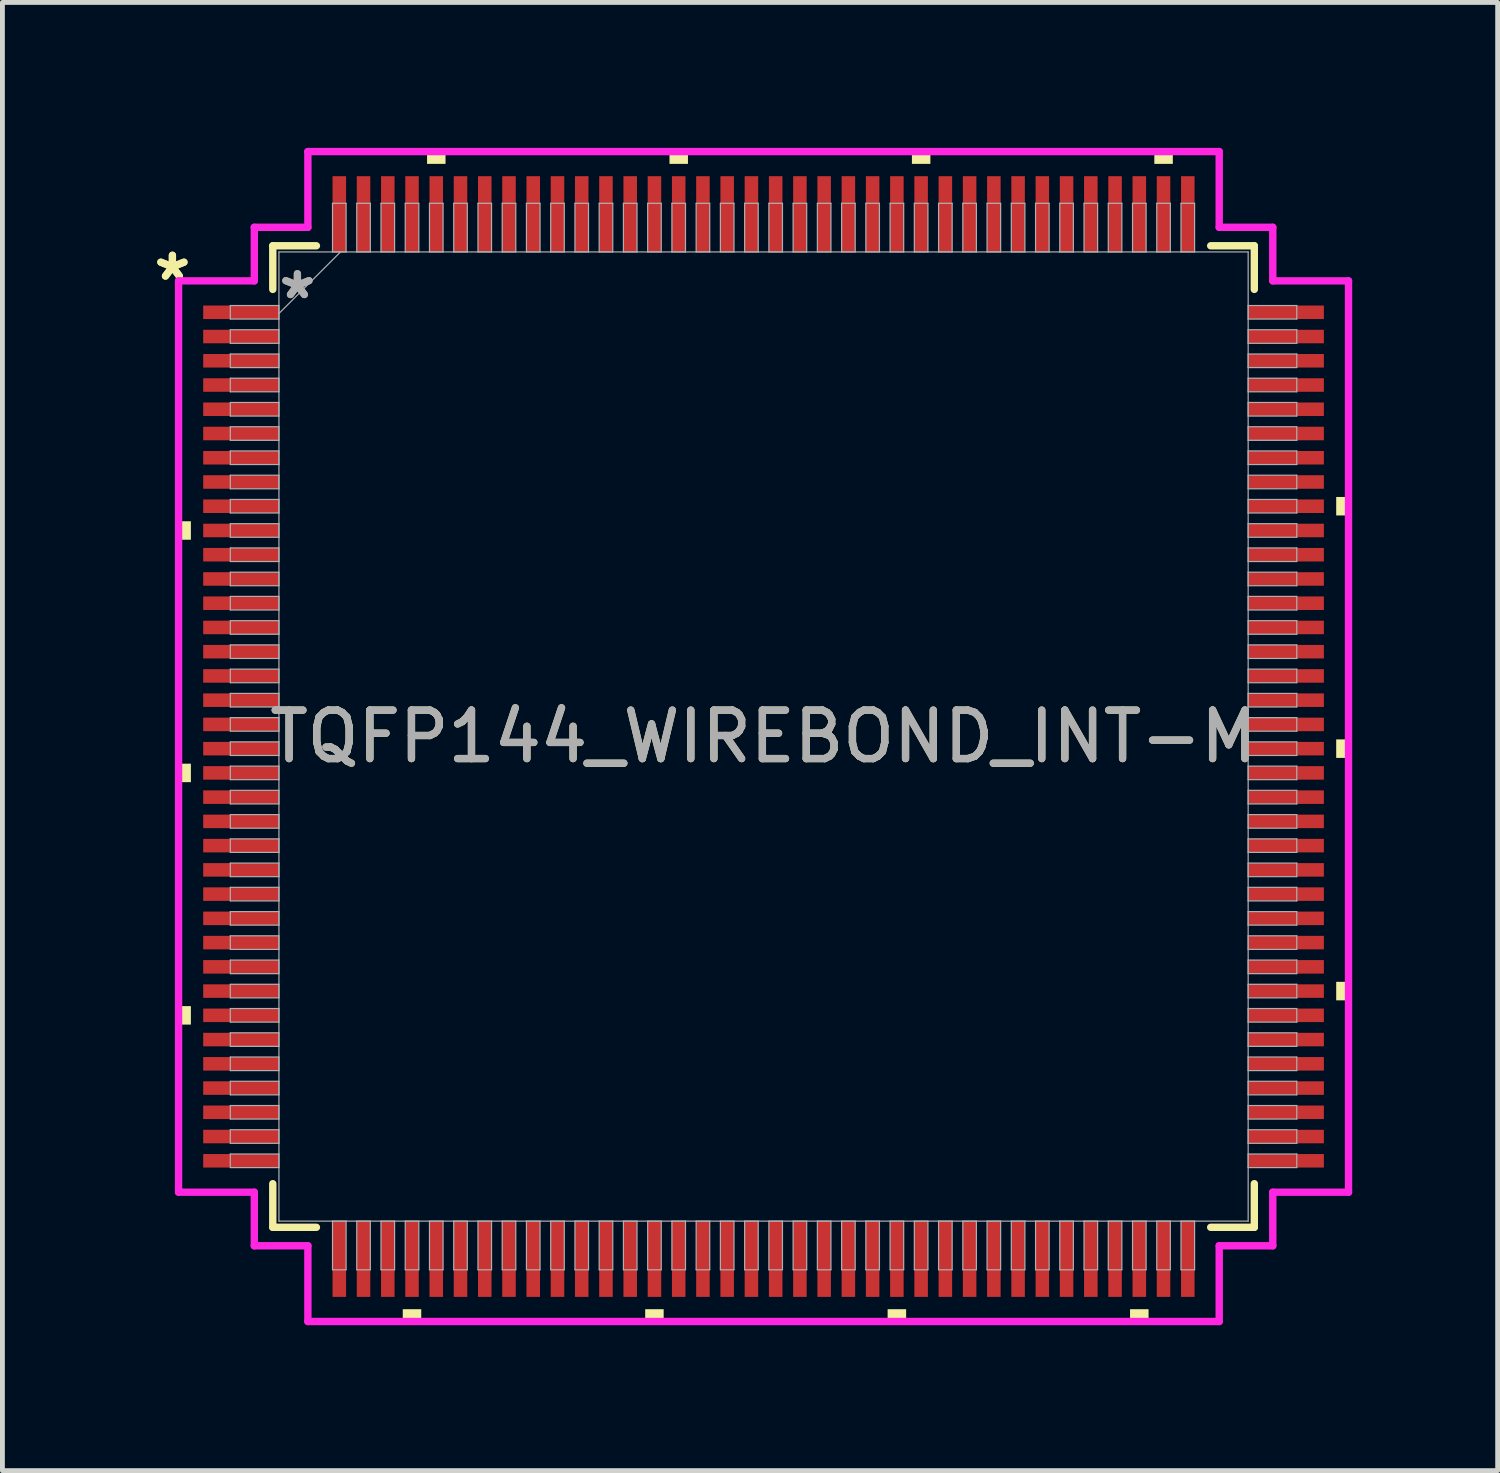
<source format=kicad_pcb>
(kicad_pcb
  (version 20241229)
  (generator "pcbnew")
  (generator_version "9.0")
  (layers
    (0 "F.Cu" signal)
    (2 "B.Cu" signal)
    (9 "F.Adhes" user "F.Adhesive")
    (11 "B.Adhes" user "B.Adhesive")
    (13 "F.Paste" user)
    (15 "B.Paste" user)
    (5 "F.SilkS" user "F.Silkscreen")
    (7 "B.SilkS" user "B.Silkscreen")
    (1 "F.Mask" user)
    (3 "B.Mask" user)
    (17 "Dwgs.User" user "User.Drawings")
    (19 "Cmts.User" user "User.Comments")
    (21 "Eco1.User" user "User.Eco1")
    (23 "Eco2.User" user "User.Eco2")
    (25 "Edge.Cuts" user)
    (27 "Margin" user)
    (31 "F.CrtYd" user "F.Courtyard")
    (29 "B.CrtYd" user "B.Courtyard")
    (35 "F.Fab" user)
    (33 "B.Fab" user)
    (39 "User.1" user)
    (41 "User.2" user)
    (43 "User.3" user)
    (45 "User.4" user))
  (footprint "TQFP144_WIREBOND_INT-M"
    (layer "F.Cu")
    (at 12.698 12.141)
    (property "Reference" "TQFP144_WIREBOND_INT-M" (at 0 0 0) (unlocked yes) (layer "F.SilkS") (effects (font (size 1 1) (thickness 0.15))))
    (attr smd)
    (fp_line (start -10.122 -10.122) (end -10.122 -9.222) (stroke (width 0.152) (type solid)) (layer "F.SilkS"))
    (fp_line (start -10.122 9.222) (end -10.122 10.122) (stroke (width 0.152) (type solid)) (layer "F.SilkS"))
    (fp_line (start -10.122 10.122) (end -9.222 10.122) (stroke (width 0.152) (type solid)) (layer "F.SilkS"))
    (fp_line (start -9.222 -10.122) (end -10.122 -10.122) (stroke (width 0.152) (type solid)) (layer "F.SilkS"))
    (fp_line (start 9.222 10.122) (end 10.122 10.122) (stroke (width 0.152) (type solid)) (layer "F.SilkS"))
    (fp_line (start 10.122 -10.122) (end 9.222 -10.122) (stroke (width 0.152) (type solid)) (layer "F.SilkS"))
    (fp_line (start 10.122 -9.222) (end 10.122 -10.122) (stroke (width 0.152) (type solid)) (layer "F.SilkS"))
    (fp_line (start 10.122 10.122) (end 10.122 9.222) (stroke (width 0.152) (type solid)) (layer "F.SilkS"))
    (fp_poly (pts (xy -12.065 -4.44) (xy -12.065 -4.059) (xy -11.811 -4.059) (xy -11.811 -4.44)) (stroke (width 0) (type solid)) (fill yes) (layer "F.SilkS"))
    (fp_poly (pts (xy -12.065 0.56) (xy -12.065 0.941) (xy -11.811 0.941) (xy -11.811 0.56)) (stroke (width 0) (type solid)) (fill yes) (layer "F.SilkS"))
    (fp_poly (pts (xy -12.065 5.56) (xy -12.065 5.941) (xy -11.811 5.941) (xy -11.811 5.56)) (stroke (width 0) (type solid)) (fill yes) (layer "F.SilkS"))
    (fp_poly (pts (xy -7.441 11.811) (xy -7.441 12.065) (xy -7.06 12.065) (xy -7.06 11.811)) (stroke (width 0) (type solid)) (fill yes) (layer "F.SilkS"))
    (fp_poly (pts (xy -6.94 -11.811) (xy -6.94 -12.065) (xy -6.559 -12.065) (xy -6.559 -11.811)) (stroke (width 0) (type solid)) (fill yes) (layer "F.SilkS"))
    (fp_poly (pts (xy -2.441 11.811) (xy -2.441 12.065) (xy -2.06 12.065) (xy -2.06 11.811)) (stroke (width 0) (type solid)) (fill yes) (layer "F.SilkS"))
    (fp_poly (pts (xy -1.94 -11.811) (xy -1.94 -12.065) (xy -1.559 -12.065) (xy -1.559 -11.811)) (stroke (width 0) (type solid)) (fill yes) (layer "F.SilkS"))
    (fp_poly (pts (xy 2.559 11.811) (xy 2.559 12.065) (xy 2.941 12.065) (xy 2.941 11.811)) (stroke (width 0) (type solid)) (fill yes) (layer "F.SilkS"))
    (fp_poly (pts (xy 3.06 -11.811) (xy 3.06 -12.065) (xy 3.441 -12.065) (xy 3.441 -11.811)) (stroke (width 0) (type solid)) (fill yes) (layer "F.SilkS"))
    (fp_poly (pts (xy 7.559 11.811) (xy 7.559 12.065) (xy 7.941 12.065) (xy 7.941 11.811)) (stroke (width 0) (type solid)) (fill yes) (layer "F.SilkS"))
    (fp_poly (pts (xy 8.06 -11.811) (xy 8.06 -12.065) (xy 8.441 -12.065) (xy 8.441 -11.811)) (stroke (width 0) (type solid)) (fill yes) (layer "F.SilkS"))
    (fp_poly (pts (xy 12.065 -4.941) (xy 12.065 -4.56) (xy 11.811 -4.56) (xy 11.811 -4.941)) (stroke (width 0) (type solid)) (fill yes) (layer "F.SilkS"))
    (fp_poly (pts (xy 12.065 0.059) (xy 12.065 0.441) (xy 11.811 0.441) (xy 11.811 0.059)) (stroke (width 0) (type solid)) (fill yes) (layer "F.SilkS"))
    (fp_poly (pts (xy 12.065 5.059) (xy 12.065 5.441) (xy 11.811 5.441) (xy 11.811 5.059)) (stroke (width 0) (type solid)) (fill yes) (layer "F.SilkS"))
    (fp_line (start -12.065 -9.398) (end -10.503 -9.398) (stroke (width 0.152) (type solid)) (layer "F.CrtYd"))
    (fp_line (start -12.065 9.398) (end -12.065 -9.398) (stroke (width 0.152) (type solid)) (layer "F.CrtYd"))
    (fp_line (start -10.503 -10.503) (end -9.398 -10.503) (stroke (width 0.152) (type solid)) (layer "F.CrtYd"))
    (fp_line (start -10.503 -9.398) (end -10.503 -10.503) (stroke (width 0.152) (type solid)) (layer "F.CrtYd"))
    (fp_line (start -10.503 9.398) (end -12.065 9.398) (stroke (width 0.152) (type solid)) (layer "F.CrtYd"))
    (fp_line (start -10.503 10.503) (end -10.503 9.398) (stroke (width 0.152) (type solid)) (layer "F.CrtYd"))
    (fp_line (start -10.503 10.503) (end -9.398 10.503) (stroke (width 0.152) (type solid)) (layer "F.CrtYd"))
    (fp_line (start -9.398 -12.065) (end 9.398 -12.065) (stroke (width 0.152) (type solid)) (layer "F.CrtYd"))
    (fp_line (start -9.398 -10.503) (end -9.398 -12.065) (stroke (width 0.152) (type solid)) (layer "F.CrtYd"))
    (fp_line (start -9.398 10.503) (end -9.398 12.065) (stroke (width 0.152) (type solid)) (layer "F.CrtYd"))
    (fp_line (start -9.398 12.065) (end 9.398 12.065) (stroke (width 0.152) (type solid)) (layer "F.CrtYd"))
    (fp_line (start 9.398 -12.065) (end 9.398 -10.503) (stroke (width 0.152) (type solid)) (layer "F.CrtYd"))
    (fp_line (start 9.398 -10.503) (end 10.503 -10.503) (stroke (width 0.152) (type solid)) (layer "F.CrtYd"))
    (fp_line (start 9.398 10.503) (end 10.503 10.503) (stroke (width 0.152) (type solid)) (layer "F.CrtYd"))
    (fp_line (start 9.398 12.065) (end 9.398 10.503) (stroke (width 0.152) (type solid)) (layer "F.CrtYd"))
    (fp_line (start 10.503 -9.398) (end 10.503 -10.503) (stroke (width 0.152) (type solid)) (layer "F.CrtYd"))
    (fp_line (start 10.503 9.398) (end 12.065 9.398) (stroke (width 0.152) (type solid)) (layer "F.CrtYd"))
    (fp_line (start 10.503 10.503) (end 10.503 9.398) (stroke (width 0.152) (type solid)) (layer "F.CrtYd"))
    (fp_line (start 12.065 -9.398) (end 10.503 -9.398) (stroke (width 0.152) (type solid)) (layer "F.CrtYd"))
    (fp_line (start 12.065 9.398) (end 12.065 -9.398) (stroke (width 0.152) (type solid)) (layer "F.CrtYd"))
    (fp_line (start -10.998 -8.89) (end -10.998 -8.61) (stroke (width 0.025) (type solid)) (layer "F.Fab"))
    (fp_line (start -10.998 -8.61) (end -9.995 -8.61) (stroke (width 0.025) (type solid)) (layer "F.Fab"))
    (fp_line (start -10.998 -8.39) (end -10.998 -8.11) (stroke (width 0.025) (type solid)) (layer "F.Fab"))
    (fp_line (start -10.998 -8.11) (end -9.995 -8.11) (stroke (width 0.025) (type solid)) (layer "F.Fab"))
    (fp_line (start -10.998 -7.89) (end -10.998 -7.61) (stroke (width 0.025) (type solid)) (layer "F.Fab"))
    (fp_line (start -10.998 -7.61) (end -9.995 -7.61) (stroke (width 0.025) (type solid)) (layer "F.Fab"))
    (fp_line (start -10.998 -7.39) (end -10.998 -7.11) (stroke (width 0.025) (type solid)) (layer "F.Fab"))
    (fp_line (start -10.998 -7.11) (end -9.995 -7.11) (stroke (width 0.025) (type solid)) (layer "F.Fab"))
    (fp_line (start -10.998 -6.89) (end -10.998 -6.61) (stroke (width 0.025) (type solid)) (layer "F.Fab"))
    (fp_line (start -10.998 -6.61) (end -9.995 -6.61) (stroke (width 0.025) (type solid)) (layer "F.Fab"))
    (fp_line (start -10.998 -6.39) (end -10.998 -6.11) (stroke (width 0.025) (type solid)) (layer "F.Fab"))
    (fp_line (start -10.998 -6.11) (end -9.995 -6.11) (stroke (width 0.025) (type solid)) (layer "F.Fab"))
    (fp_line (start -10.998 -5.89) (end -10.998 -5.61) (stroke (width 0.025) (type solid)) (layer "F.Fab"))
    (fp_line (start -10.998 -5.61) (end -9.995 -5.61) (stroke (width 0.025) (type solid)) (layer "F.Fab"))
    (fp_line (start -10.998 -5.39) (end -10.998 -5.11) (stroke (width 0.025) (type solid)) (layer "F.Fab"))
    (fp_line (start -10.998 -5.11) (end -9.995 -5.11) (stroke (width 0.025) (type solid)) (layer "F.Fab"))
    (fp_line (start -10.998 -4.89) (end -10.998 -4.61) (stroke (width 0.025) (type solid)) (layer "F.Fab"))
    (fp_line (start -10.998 -4.61) (end -9.995 -4.61) (stroke (width 0.025) (type solid)) (layer "F.Fab"))
    (fp_line (start -10.998 -4.39) (end -10.998 -4.11) (stroke (width 0.025) (type solid)) (layer "F.Fab"))
    (fp_line (start -10.998 -4.11) (end -9.995 -4.11) (stroke (width 0.025) (type solid)) (layer "F.Fab"))
    (fp_line (start -10.998 -3.89) (end -10.998 -3.61) (stroke (width 0.025) (type solid)) (layer "F.Fab"))
    (fp_line (start -10.998 -3.61) (end -9.995 -3.61) (stroke (width 0.025) (type solid)) (layer "F.Fab"))
    (fp_line (start -10.998 -3.39) (end -10.998 -3.11) (stroke (width 0.025) (type solid)) (layer "F.Fab"))
    (fp_line (start -10.998 -3.11) (end -9.995 -3.11) (stroke (width 0.025) (type solid)) (layer "F.Fab"))
    (fp_line (start -10.998 -2.89) (end -10.998 -2.61) (stroke (width 0.025) (type solid)) (layer "F.Fab"))
    (fp_line (start -10.998 -2.61) (end -9.995 -2.61) (stroke (width 0.025) (type solid)) (layer "F.Fab"))
    (fp_line (start -10.998 -2.39) (end -10.998 -2.11) (stroke (width 0.025) (type solid)) (layer "F.Fab"))
    (fp_line (start -10.998 -2.11) (end -9.995 -2.11) (stroke (width 0.025) (type solid)) (layer "F.Fab"))
    (fp_line (start -10.998 -1.89) (end -10.998 -1.61) (stroke (width 0.025) (type solid)) (layer "F.Fab"))
    (fp_line (start -10.998 -1.61) (end -9.995 -1.61) (stroke (width 0.025) (type solid)) (layer "F.Fab"))
    (fp_line (start -10.998 -1.39) (end -10.998 -1.11) (stroke (width 0.025) (type solid)) (layer "F.Fab"))
    (fp_line (start -10.998 -1.11) (end -9.995 -1.11) (stroke (width 0.025) (type solid)) (layer "F.Fab"))
    (fp_line (start -10.998 -0.89) (end -10.998 -0.61) (stroke (width 0.025) (type solid)) (layer "F.Fab"))
    (fp_line (start -10.998 -0.61) (end -9.995 -0.61) (stroke (width 0.025) (type solid)) (layer "F.Fab"))
    (fp_line (start -10.998 -0.39) (end -10.998 -0.11) (stroke (width 0.025) (type solid)) (layer "F.Fab"))
    (fp_line (start -10.998 -0.11) (end -9.995 -0.11) (stroke (width 0.025) (type solid)) (layer "F.Fab"))
    (fp_line (start -10.998 0.11) (end -10.998 0.39) (stroke (width 0.025) (type solid)) (layer "F.Fab"))
    (fp_line (start -10.998 0.39) (end -9.995 0.39) (stroke (width 0.025) (type solid)) (layer "F.Fab"))
    (fp_line (start -10.998 0.61) (end -10.998 0.89) (stroke (width 0.025) (type solid)) (layer "F.Fab"))
    (fp_line (start -10.998 0.89) (end -9.995 0.89) (stroke (width 0.025) (type solid)) (layer "F.Fab"))
    (fp_line (start -10.998 1.11) (end -10.998 1.39) (stroke (width 0.025) (type solid)) (layer "F.Fab"))
    (fp_line (start -10.998 1.39) (end -9.995 1.39) (stroke (width 0.025) (type solid)) (layer "F.Fab"))
    (fp_line (start -10.998 1.61) (end -10.998 1.89) (stroke (width 0.025) (type solid)) (layer "F.Fab"))
    (fp_line (start -10.998 1.89) (end -9.995 1.89) (stroke (width 0.025) (type solid)) (layer "F.Fab"))
    (fp_line (start -10.998 2.11) (end -10.998 2.39) (stroke (width 0.025) (type solid)) (layer "F.Fab"))
    (fp_line (start -10.998 2.39) (end -9.995 2.39) (stroke (width 0.025) (type solid)) (layer "F.Fab"))
    (fp_line (start -10.998 2.61) (end -10.998 2.89) (stroke (width 0.025) (type solid)) (layer "F.Fab"))
    (fp_line (start -10.998 2.89) (end -9.995 2.89) (stroke (width 0.025) (type solid)) (layer "F.Fab"))
    (fp_line (start -10.998 3.11) (end -10.998 3.39) (stroke (width 0.025) (type solid)) (layer "F.Fab"))
    (fp_line (start -10.998 3.39) (end -9.995 3.39) (stroke (width 0.025) (type solid)) (layer "F.Fab"))
    (fp_line (start -10.998 3.61) (end -10.998 3.89) (stroke (width 0.025) (type solid)) (layer "F.Fab"))
    (fp_line (start -10.998 3.89) (end -9.995 3.89) (stroke (width 0.025) (type solid)) (layer "F.Fab"))
    (fp_line (start -10.998 4.11) (end -10.998 4.39) (stroke (width 0.025) (type solid)) (layer "F.Fab"))
    (fp_line (start -10.998 4.39) (end -9.995 4.39) (stroke (width 0.025) (type solid)) (layer "F.Fab"))
    (fp_line (start -10.998 4.61) (end -10.998 4.89) (stroke (width 0.025) (type solid)) (layer "F.Fab"))
    (fp_line (start -10.998 4.89) (end -9.995 4.89) (stroke (width 0.025) (type solid)) (layer "F.Fab"))
    (fp_line (start -10.998 5.11) (end -10.998 5.39) (stroke (width 0.025) (type solid)) (layer "F.Fab"))
    (fp_line (start -10.998 5.39) (end -9.995 5.39) (stroke (width 0.025) (type solid)) (layer "F.Fab"))
    (fp_line (start -10.998 5.61) (end -10.998 5.89) (stroke (width 0.025) (type solid)) (layer "F.Fab"))
    (fp_line (start -10.998 5.89) (end -9.995 5.89) (stroke (width 0.025) (type solid)) (layer "F.Fab"))
    (fp_line (start -10.998 6.11) (end -10.998 6.39) (stroke (width 0.025) (type solid)) (layer "F.Fab"))
    (fp_line (start -10.998 6.39) (end -9.995 6.39) (stroke (width 0.025) (type solid)) (layer "F.Fab"))
    (fp_line (start -10.998 6.61) (end -10.998 6.89) (stroke (width 0.025) (type solid)) (layer "F.Fab"))
    (fp_line (start -10.998 6.89) (end -9.995 6.89) (stroke (width 0.025) (type solid)) (layer "F.Fab"))
    (fp_line (start -10.998 7.11) (end -10.998 7.39) (stroke (width 0.025) (type solid)) (layer "F.Fab"))
    (fp_line (start -10.998 7.39) (end -9.995 7.39) (stroke (width 0.025) (type solid)) (layer "F.Fab"))
    (fp_line (start -10.998 7.61) (end -10.998 7.89) (stroke (width 0.025) (type solid)) (layer "F.Fab"))
    (fp_line (start -10.998 7.89) (end -9.995 7.89) (stroke (width 0.025) (type solid)) (layer "F.Fab"))
    (fp_line (start -10.998 8.11) (end -10.998 8.39) (stroke (width 0.025) (type solid)) (layer "F.Fab"))
    (fp_line (start -10.998 8.39) (end -9.995 8.39) (stroke (width 0.025) (type solid)) (layer "F.Fab"))
    (fp_line (start -10.998 8.61) (end -10.998 8.89) (stroke (width 0.025) (type solid)) (layer "F.Fab"))
    (fp_line (start -10.998 8.89) (end -9.995 8.89) (stroke (width 0.025) (type solid)) (layer "F.Fab"))
    (fp_line (start -9.995 -9.995) (end -9.995 9.995) (stroke (width 0.025) (type solid)) (layer "F.Fab"))
    (fp_line (start -9.995 -8.89) (end -10.998 -8.89) (stroke (width 0.025) (type solid)) (layer "F.Fab"))
    (fp_line (start -9.995 -8.725) (end -8.725 -9.995) (stroke (width 0.025) (type solid)) (layer "F.Fab"))
    (fp_line (start -9.995 -8.61) (end -9.995 -8.89) (stroke (width 0.025) (type solid)) (layer "F.Fab"))
    (fp_line (start -9.995 -8.39) (end -10.998 -8.39) (stroke (width 0.025) (type solid)) (layer "F.Fab"))
    (fp_line (start -9.995 -8.11) (end -9.995 -8.39) (stroke (width 0.025) (type solid)) (layer "F.Fab"))
    (fp_line (start -9.995 -7.89) (end -10.998 -7.89) (stroke (width 0.025) (type solid)) (layer "F.Fab"))
    (fp_line (start -9.995 -7.61) (end -9.995 -7.89) (stroke (width 0.025) (type solid)) (layer "F.Fab"))
    (fp_line (start -9.995 -7.39) (end -10.998 -7.39) (stroke (width 0.025) (type solid)) (layer "F.Fab"))
    (fp_line (start -9.995 -7.11) (end -9.995 -7.39) (stroke (width 0.025) (type solid)) (layer "F.Fab"))
    (fp_line (start -9.995 -6.89) (end -10.998 -6.89) (stroke (width 0.025) (type solid)) (layer "F.Fab"))
    (fp_line (start -9.995 -6.61) (end -9.995 -6.89) (stroke (width 0.025) (type solid)) (layer "F.Fab"))
    (fp_line (start -9.995 -6.39) (end -10.998 -6.39) (stroke (width 0.025) (type solid)) (layer "F.Fab"))
    (fp_line (start -9.995 -6.11) (end -9.995 -6.39) (stroke (width 0.025) (type solid)) (layer "F.Fab"))
    (fp_line (start -9.995 -5.89) (end -10.998 -5.89) (stroke (width 0.025) (type solid)) (layer "F.Fab"))
    (fp_line (start -9.995 -5.61) (end -9.995 -5.89) (stroke (width 0.025) (type solid)) (layer "F.Fab"))
    (fp_line (start -9.995 -5.39) (end -10.998 -5.39) (stroke (width 0.025) (type solid)) (layer "F.Fab"))
    (fp_line (start -9.995 -5.11) (end -9.995 -5.39) (stroke (width 0.025) (type solid)) (layer "F.Fab"))
    (fp_line (start -9.995 -4.89) (end -10.998 -4.89) (stroke (width 0.025) (type solid)) (layer "F.Fab"))
    (fp_line (start -9.995 -4.61) (end -9.995 -4.89) (stroke (width 0.025) (type solid)) (layer "F.Fab"))
    (fp_line (start -9.995 -4.39) (end -10.998 -4.39) (stroke (width 0.025) (type solid)) (layer "F.Fab"))
    (fp_line (start -9.995 -4.11) (end -9.995 -4.39) (stroke (width 0.025) (type solid)) (layer "F.Fab"))
    (fp_line (start -9.995 -3.89) (end -10.998 -3.89) (stroke (width 0.025) (type solid)) (layer "F.Fab"))
    (fp_line (start -9.995 -3.61) (end -9.995 -3.89) (stroke (width 0.025) (type solid)) (layer "F.Fab"))
    (fp_line (start -9.995 -3.39) (end -10.998 -3.39) (stroke (width 0.025) (type solid)) (layer "F.Fab"))
    (fp_line (start -9.995 -3.11) (end -9.995 -3.39) (stroke (width 0.025) (type solid)) (layer "F.Fab"))
    (fp_line (start -9.995 -2.89) (end -10.998 -2.89) (stroke (width 0.025) (type solid)) (layer "F.Fab"))
    (fp_line (start -9.995 -2.61) (end -9.995 -2.89) (stroke (width 0.025) (type solid)) (layer "F.Fab"))
    (fp_line (start -9.995 -2.39) (end -10.998 -2.39) (stroke (width 0.025) (type solid)) (layer "F.Fab"))
    (fp_line (start -9.995 -2.11) (end -9.995 -2.39) (stroke (width 0.025) (type solid)) (layer "F.Fab"))
    (fp_line (start -9.995 -1.89) (end -10.998 -1.89) (stroke (width 0.025) (type solid)) (layer "F.Fab"))
    (fp_line (start -9.995 -1.61) (end -9.995 -1.89) (stroke (width 0.025) (type solid)) (layer "F.Fab"))
    (fp_line (start -9.995 -1.39) (end -10.998 -1.39) (stroke (width 0.025) (type solid)) (layer "F.Fab"))
    (fp_line (start -9.995 -1.11) (end -9.995 -1.39) (stroke (width 0.025) (type solid)) (layer "F.Fab"))
    (fp_line (start -9.995 -0.89) (end -10.998 -0.89) (stroke (width 0.025) (type solid)) (layer "F.Fab"))
    (fp_line (start -9.995 -0.61) (end -9.995 -0.89) (stroke (width 0.025) (type solid)) (layer "F.Fab"))
    (fp_line (start -9.995 -0.39) (end -10.998 -0.39) (stroke (width 0.025) (type solid)) (layer "F.Fab"))
    (fp_line (start -9.995 -0.11) (end -9.995 -0.39) (stroke (width 0.025) (type solid)) (layer "F.Fab"))
    (fp_line (start -9.995 0.11) (end -10.998 0.11) (stroke (width 0.025) (type solid)) (layer "F.Fab"))
    (fp_line (start -9.995 0.39) (end -9.995 0.11) (stroke (width 0.025) (type solid)) (layer "F.Fab"))
    (fp_line (start -9.995 0.61) (end -10.998 0.61) (stroke (width 0.025) (type solid)) (layer "F.Fab"))
    (fp_line (start -9.995 0.89) (end -9.995 0.61) (stroke (width 0.025) (type solid)) (layer "F.Fab"))
    (fp_line (start -9.995 1.11) (end -10.998 1.11) (stroke (width 0.025) (type solid)) (layer "F.Fab"))
    (fp_line (start -9.995 1.39) (end -9.995 1.11) (stroke (width 0.025) (type solid)) (layer "F.Fab"))
    (fp_line (start -9.995 1.61) (end -10.998 1.61) (stroke (width 0.025) (type solid)) (layer "F.Fab"))
    (fp_line (start -9.995 1.89) (end -9.995 1.61) (stroke (width 0.025) (type solid)) (layer "F.Fab"))
    (fp_line (start -9.995 2.11) (end -10.998 2.11) (stroke (width 0.025) (type solid)) (layer "F.Fab"))
    (fp_line (start -9.995 2.39) (end -9.995 2.11) (stroke (width 0.025) (type solid)) (layer "F.Fab"))
    (fp_line (start -9.995 2.61) (end -10.998 2.61) (stroke (width 0.025) (type solid)) (layer "F.Fab"))
    (fp_line (start -9.995 2.89) (end -9.995 2.61) (stroke (width 0.025) (type solid)) (layer "F.Fab"))
    (fp_line (start -9.995 3.11) (end -10.998 3.11) (stroke (width 0.025) (type solid)) (layer "F.Fab"))
    (fp_line (start -9.995 3.39) (end -9.995 3.11) (stroke (width 0.025) (type solid)) (layer "F.Fab"))
    (fp_line (start -9.995 3.61) (end -10.998 3.61) (stroke (width 0.025) (type solid)) (layer "F.Fab"))
    (fp_line (start -9.995 3.89) (end -9.995 3.61) (stroke (width 0.025) (type solid)) (layer "F.Fab"))
    (fp_line (start -9.995 4.11) (end -10.998 4.11) (stroke (width 0.025) (type solid)) (layer "F.Fab"))
    (fp_line (start -9.995 4.39) (end -9.995 4.11) (stroke (width 0.025) (type solid)) (layer "F.Fab"))
    (fp_line (start -9.995 4.61) (end -10.998 4.61) (stroke (width 0.025) (type solid)) (layer "F.Fab"))
    (fp_line (start -9.995 4.89) (end -9.995 4.61) (stroke (width 0.025) (type solid)) (layer "F.Fab"))
    (fp_line (start -9.995 5.11) (end -10.998 5.11) (stroke (width 0.025) (type solid)) (layer "F.Fab"))
    (fp_line (start -9.995 5.39) (end -9.995 5.11) (stroke (width 0.025) (type solid)) (layer "F.Fab"))
    (fp_line (start -9.995 5.61) (end -10.998 5.61) (stroke (width 0.025) (type solid)) (layer "F.Fab"))
    (fp_line (start -9.995 5.89) (end -9.995 5.61) (stroke (width 0.025) (type solid)) (layer "F.Fab"))
    (fp_line (start -9.995 6.11) (end -10.998 6.11) (stroke (width 0.025) (type solid)) (layer "F.Fab"))
    (fp_line (start -9.995 6.39) (end -9.995 6.11) (stroke (width 0.025) (type solid)) (layer "F.Fab"))
    (fp_line (start -9.995 6.61) (end -10.998 6.61) (stroke (width 0.025) (type solid)) (layer "F.Fab"))
    (fp_line (start -9.995 6.89) (end -9.995 6.61) (stroke (width 0.025) (type solid)) (layer "F.Fab"))
    (fp_line (start -9.995 7.11) (end -10.998 7.11) (stroke (width 0.025) (type solid)) (layer "F.Fab"))
    (fp_line (start -9.995 7.39) (end -9.995 7.11) (stroke (width 0.025) (type solid)) (layer "F.Fab"))
    (fp_line (start -9.995 7.61) (end -10.998 7.61) (stroke (width 0.025) (type solid)) (layer "F.Fab"))
    (fp_line (start -9.995 7.89) (end -9.995 7.61) (stroke (width 0.025) (type solid)) (layer "F.Fab"))
    (fp_line (start -9.995 8.11) (end -10.998 8.11) (stroke (width 0.025) (type solid)) (layer "F.Fab"))
    (fp_line (start -9.995 8.39) (end -9.995 8.11) (stroke (width 0.025) (type solid)) (layer "F.Fab"))
    (fp_line (start -9.995 8.61) (end -10.998 8.61) (stroke (width 0.025) (type solid)) (layer "F.Fab"))
    (fp_line (start -9.995 8.89) (end -9.995 8.61) (stroke (width 0.025) (type solid)) (layer "F.Fab"))
    (fp_line (start -9.995 9.995) (end 9.995 9.995) (stroke (width 0.025) (type solid)) (layer "F.Fab"))
    (fp_line (start -8.89 -10.998) (end -8.89 -9.995) (stroke (width 0.025) (type solid)) (layer "F.Fab"))
    (fp_line (start -8.89 -9.995) (end -8.61 -9.995) (stroke (width 0.025) (type solid)) (layer "F.Fab"))
    (fp_line (start -8.89 9.995) (end -8.89 10.998) (stroke (width 0.025) (type solid)) (layer "F.Fab"))
    (fp_line (start -8.89 10.998) (end -8.61 10.998) (stroke (width 0.025) (type solid)) (layer "F.Fab"))
    (fp_line (start -8.61 -10.998) (end -8.89 -10.998) (stroke (width 0.025) (type solid)) (layer "F.Fab"))
    (fp_line (start -8.61 -9.995) (end -8.61 -10.998) (stroke (width 0.025) (type solid)) (layer "F.Fab"))
    (fp_line (start -8.61 9.995) (end -8.89 9.995) (stroke (width 0.025) (type solid)) (layer "F.Fab"))
    (fp_line (start -8.61 10.998) (end -8.61 9.995) (stroke (width 0.025) (type solid)) (layer "F.Fab"))
    (fp_line (start -8.39 -10.998) (end -8.39 -9.995) (stroke (width 0.025) (type solid)) (layer "F.Fab"))
    (fp_line (start -8.39 -9.995) (end -8.11 -9.995) (stroke (width 0.025) (type solid)) (layer "F.Fab"))
    (fp_line (start -8.39 9.995) (end -8.39 10.998) (stroke (width 0.025) (type solid)) (layer "F.Fab"))
    (fp_line (start -8.39 10.998) (end -8.11 10.998) (stroke (width 0.025) (type solid)) (layer "F.Fab"))
    (fp_line (start -8.11 -10.998) (end -8.39 -10.998) (stroke (width 0.025) (type solid)) (layer "F.Fab"))
    (fp_line (start -8.11 -9.995) (end -8.11 -10.998) (stroke (width 0.025) (type solid)) (layer "F.Fab"))
    (fp_line (start -8.11 9.995) (end -8.39 9.995) (stroke (width 0.025) (type solid)) (layer "F.Fab"))
    (fp_line (start -8.11 10.998) (end -8.11 9.995) (stroke (width 0.025) (type solid)) (layer "F.Fab"))
    (fp_line (start -7.89 -10.998) (end -7.89 -9.995) (stroke (width 0.025) (type solid)) (layer "F.Fab"))
    (fp_line (start -7.89 -9.995) (end -7.61 -9.995) (stroke (width 0.025) (type solid)) (layer "F.Fab"))
    (fp_line (start -7.89 9.995) (end -7.89 10.998) (stroke (width 0.025) (type solid)) (layer "F.Fab"))
    (fp_line (start -7.89 10.998) (end -7.61 10.998) (stroke (width 0.025) (type solid)) (layer "F.Fab"))
    (fp_line (start -7.61 -10.998) (end -7.89 -10.998) (stroke (width 0.025) (type solid)) (layer "F.Fab"))
    (fp_line (start -7.61 -9.995) (end -7.61 -10.998) (stroke (width 0.025) (type solid)) (layer "F.Fab"))
    (fp_line (start -7.61 9.995) (end -7.89 9.995) (stroke (width 0.025) (type solid)) (layer "F.Fab"))
    (fp_line (start -7.61 10.998) (end -7.61 9.995) (stroke (width 0.025) (type solid)) (layer "F.Fab"))
    (fp_line (start -7.39 -10.998) (end -7.39 -9.995) (stroke (width 0.025) (type solid)) (layer "F.Fab"))
    (fp_line (start -7.39 -9.995) (end -7.11 -9.995) (stroke (width 0.025) (type solid)) (layer "F.Fab"))
    (fp_line (start -7.39 9.995) (end -7.39 10.998) (stroke (width 0.025) (type solid)) (layer "F.Fab"))
    (fp_line (start -7.39 10.998) (end -7.11 10.998) (stroke (width 0.025) (type solid)) (layer "F.Fab"))
    (fp_line (start -7.11 -10.998) (end -7.39 -10.998) (stroke (width 0.025) (type solid)) (layer "F.Fab"))
    (fp_line (start -7.11 -9.995) (end -7.11 -10.998) (stroke (width 0.025) (type solid)) (layer "F.Fab"))
    (fp_line (start -7.11 9.995) (end -7.39 9.995) (stroke (width 0.025) (type solid)) (layer "F.Fab"))
    (fp_line (start -7.11 10.998) (end -7.11 9.995) (stroke (width 0.025) (type solid)) (layer "F.Fab"))
    (fp_line (start -6.89 -10.998) (end -6.89 -9.995) (stroke (width 0.025) (type solid)) (layer "F.Fab"))
    (fp_line (start -6.89 -9.995) (end -6.61 -9.995) (stroke (width 0.025) (type solid)) (layer "F.Fab"))
    (fp_line (start -6.89 9.995) (end -6.89 10.998) (stroke (width 0.025) (type solid)) (layer "F.Fab"))
    (fp_line (start -6.89 10.998) (end -6.61 10.998) (stroke (width 0.025) (type solid)) (layer "F.Fab"))
    (fp_line (start -6.61 -10.998) (end -6.89 -10.998) (stroke (width 0.025) (type solid)) (layer "F.Fab"))
    (fp_line (start -6.61 -9.995) (end -6.61 -10.998) (stroke (width 0.025) (type solid)) (layer "F.Fab"))
    (fp_line (start -6.61 9.995) (end -6.89 9.995) (stroke (width 0.025) (type solid)) (layer "F.Fab"))
    (fp_line (start -6.61 10.998) (end -6.61 9.995) (stroke (width 0.025) (type solid)) (layer "F.Fab"))
    (fp_line (start -6.39 -10.998) (end -6.39 -9.995) (stroke (width 0.025) (type solid)) (layer "F.Fab"))
    (fp_line (start -6.39 -9.995) (end -6.11 -9.995) (stroke (width 0.025) (type solid)) (layer "F.Fab"))
    (fp_line (start -6.39 9.995) (end -6.39 10.998) (stroke (width 0.025) (type solid)) (layer "F.Fab"))
    (fp_line (start -6.39 10.998) (end -6.11 10.998) (stroke (width 0.025) (type solid)) (layer "F.Fab"))
    (fp_line (start -6.11 -10.998) (end -6.39 -10.998) (stroke (width 0.025) (type solid)) (layer "F.Fab"))
    (fp_line (start -6.11 -9.995) (end -6.11 -10.998) (stroke (width 0.025) (type solid)) (layer "F.Fab"))
    (fp_line (start -6.11 9.995) (end -6.39 9.995) (stroke (width 0.025) (type solid)) (layer "F.Fab"))
    (fp_line (start -6.11 10.998) (end -6.11 9.995) (stroke (width 0.025) (type solid)) (layer "F.Fab"))
    (fp_line (start -5.89 -10.998) (end -5.89 -9.995) (stroke (width 0.025) (type solid)) (layer "F.Fab"))
    (fp_line (start -5.89 -9.995) (end -5.61 -9.995) (stroke (width 0.025) (type solid)) (layer "F.Fab"))
    (fp_line (start -5.89 9.995) (end -5.89 10.998) (stroke (width 0.025) (type solid)) (layer "F.Fab"))
    (fp_line (start -5.89 10.998) (end -5.61 10.998) (stroke (width 0.025) (type solid)) (layer "F.Fab"))
    (fp_line (start -5.61 -10.998) (end -5.89 -10.998) (stroke (width 0.025) (type solid)) (layer "F.Fab"))
    (fp_line (start -5.61 -9.995) (end -5.61 -10.998) (stroke (width 0.025) (type solid)) (layer "F.Fab"))
    (fp_line (start -5.61 9.995) (end -5.89 9.995) (stroke (width 0.025) (type solid)) (layer "F.Fab"))
    (fp_line (start -5.61 10.998) (end -5.61 9.995) (stroke (width 0.025) (type solid)) (layer "F.Fab"))
    (fp_line (start -5.39 -10.998) (end -5.39 -9.995) (stroke (width 0.025) (type solid)) (layer "F.Fab"))
    (fp_line (start -5.39 -9.995) (end -5.11 -9.995) (stroke (width 0.025) (type solid)) (layer "F.Fab"))
    (fp_line (start -5.39 9.995) (end -5.39 10.998) (stroke (width 0.025) (type solid)) (layer "F.Fab"))
    (fp_line (start -5.39 10.998) (end -5.11 10.998) (stroke (width 0.025) (type solid)) (layer "F.Fab"))
    (fp_line (start -5.11 -10.998) (end -5.39 -10.998) (stroke (width 0.025) (type solid)) (layer "F.Fab"))
    (fp_line (start -5.11 -9.995) (end -5.11 -10.998) (stroke (width 0.025) (type solid)) (layer "F.Fab"))
    (fp_line (start -5.11 9.995) (end -5.39 9.995) (stroke (width 0.025) (type solid)) (layer "F.Fab"))
    (fp_line (start -5.11 10.998) (end -5.11 9.995) (stroke (width 0.025) (type solid)) (layer "F.Fab"))
    (fp_line (start -4.89 -10.998) (end -4.89 -9.995) (stroke (width 0.025) (type solid)) (layer "F.Fab"))
    (fp_line (start -4.89 -9.995) (end -4.61 -9.995) (stroke (width 0.025) (type solid)) (layer "F.Fab"))
    (fp_line (start -4.89 9.995) (end -4.89 10.998) (stroke (width 0.025) (type solid)) (layer "F.Fab"))
    (fp_line (start -4.89 10.998) (end -4.61 10.998) (stroke (width 0.025) (type solid)) (layer "F.Fab"))
    (fp_line (start -4.61 -10.998) (end -4.89 -10.998) (stroke (width 0.025) (type solid)) (layer "F.Fab"))
    (fp_line (start -4.61 -9.995) (end -4.61 -10.998) (stroke (width 0.025) (type solid)) (layer "F.Fab"))
    (fp_line (start -4.61 9.995) (end -4.89 9.995) (stroke (width 0.025) (type solid)) (layer "F.Fab"))
    (fp_line (start -4.61 10.998) (end -4.61 9.995) (stroke (width 0.025) (type solid)) (layer "F.Fab"))
    (fp_line (start -4.39 -10.998) (end -4.39 -9.995) (stroke (width 0.025) (type solid)) (layer "F.Fab"))
    (fp_line (start -4.39 -9.995) (end -4.11 -9.995) (stroke (width 0.025) (type solid)) (layer "F.Fab"))
    (fp_line (start -4.39 9.995) (end -4.39 10.998) (stroke (width 0.025) (type solid)) (layer "F.Fab"))
    (fp_line (start -4.39 10.998) (end -4.11 10.998) (stroke (width 0.025) (type solid)) (layer "F.Fab"))
    (fp_line (start -4.11 -10.998) (end -4.39 -10.998) (stroke (width 0.025) (type solid)) (layer "F.Fab"))
    (fp_line (start -4.11 -9.995) (end -4.11 -10.998) (stroke (width 0.025) (type solid)) (layer "F.Fab"))
    (fp_line (start -4.11 9.995) (end -4.39 9.995) (stroke (width 0.025) (type solid)) (layer "F.Fab"))
    (fp_line (start -4.11 10.998) (end -4.11 9.995) (stroke (width 0.025) (type solid)) (layer "F.Fab"))
    (fp_line (start -3.89 -10.998) (end -3.89 -9.995) (stroke (width 0.025) (type solid)) (layer "F.Fab"))
    (fp_line (start -3.89 -9.995) (end -3.61 -9.995) (stroke (width 0.025) (type solid)) (layer "F.Fab"))
    (fp_line (start -3.89 9.995) (end -3.89 10.998) (stroke (width 0.025) (type solid)) (layer "F.Fab"))
    (fp_line (start -3.89 10.998) (end -3.61 10.998) (stroke (width 0.025) (type solid)) (layer "F.Fab"))
    (fp_line (start -3.61 -10.998) (end -3.89 -10.998) (stroke (width 0.025) (type solid)) (layer "F.Fab"))
    (fp_line (start -3.61 -9.995) (end -3.61 -10.998) (stroke (width 0.025) (type solid)) (layer "F.Fab"))
    (fp_line (start -3.61 9.995) (end -3.89 9.995) (stroke (width 0.025) (type solid)) (layer "F.Fab"))
    (fp_line (start -3.61 10.998) (end -3.61 9.995) (stroke (width 0.025) (type solid)) (layer "F.Fab"))
    (fp_line (start -3.39 -10.998) (end -3.39 -9.995) (stroke (width 0.025) (type solid)) (layer "F.Fab"))
    (fp_line (start -3.39 -9.995) (end -3.11 -9.995) (stroke (width 0.025) (type solid)) (layer "F.Fab"))
    (fp_line (start -3.39 9.995) (end -3.39 10.998) (stroke (width 0.025) (type solid)) (layer "F.Fab"))
    (fp_line (start -3.39 10.998) (end -3.11 10.998) (stroke (width 0.025) (type solid)) (layer "F.Fab"))
    (fp_line (start -3.11 -10.998) (end -3.39 -10.998) (stroke (width 0.025) (type solid)) (layer "F.Fab"))
    (fp_line (start -3.11 -9.995) (end -3.11 -10.998) (stroke (width 0.025) (type solid)) (layer "F.Fab"))
    (fp_line (start -3.11 9.995) (end -3.39 9.995) (stroke (width 0.025) (type solid)) (layer "F.Fab"))
    (fp_line (start -3.11 10.998) (end -3.11 9.995) (stroke (width 0.025) (type solid)) (layer "F.Fab"))
    (fp_line (start -2.89 -10.998) (end -2.89 -9.995) (stroke (width 0.025) (type solid)) (layer "F.Fab"))
    (fp_line (start -2.89 -9.995) (end -2.61 -9.995) (stroke (width 0.025) (type solid)) (layer "F.Fab"))
    (fp_line (start -2.89 9.995) (end -2.89 10.998) (stroke (width 0.025) (type solid)) (layer "F.Fab"))
    (fp_line (start -2.89 10.998) (end -2.61 10.998) (stroke (width 0.025) (type solid)) (layer "F.Fab"))
    (fp_line (start -2.61 -10.998) (end -2.89 -10.998) (stroke (width 0.025) (type solid)) (layer "F.Fab"))
    (fp_line (start -2.61 -9.995) (end -2.61 -10.998) (stroke (width 0.025) (type solid)) (layer "F.Fab"))
    (fp_line (start -2.61 9.995) (end -2.89 9.995) (stroke (width 0.025) (type solid)) (layer "F.Fab"))
    (fp_line (start -2.61 10.998) (end -2.61 9.995) (stroke (width 0.025) (type solid)) (layer "F.Fab"))
    (fp_line (start -2.39 -10.998) (end -2.39 -9.995) (stroke (width 0.025) (type solid)) (layer "F.Fab"))
    (fp_line (start -2.39 -9.995) (end -2.11 -9.995) (stroke (width 0.025) (type solid)) (layer "F.Fab"))
    (fp_line (start -2.39 9.995) (end -2.39 10.998) (stroke (width 0.025) (type solid)) (layer "F.Fab"))
    (fp_line (start -2.39 10.998) (end -2.11 10.998) (stroke (width 0.025) (type solid)) (layer "F.Fab"))
    (fp_line (start -2.11 -10.998) (end -2.39 -10.998) (stroke (width 0.025) (type solid)) (layer "F.Fab"))
    (fp_line (start -2.11 -9.995) (end -2.11 -10.998) (stroke (width 0.025) (type solid)) (layer "F.Fab"))
    (fp_line (start -2.11 9.995) (end -2.39 9.995) (stroke (width 0.025) (type solid)) (layer "F.Fab"))
    (fp_line (start -2.11 10.998) (end -2.11 9.995) (stroke (width 0.025) (type solid)) (layer "F.Fab"))
    (fp_line (start -1.89 -10.998) (end -1.89 -9.995) (stroke (width 0.025) (type solid)) (layer "F.Fab"))
    (fp_line (start -1.89 -9.995) (end -1.61 -9.995) (stroke (width 0.025) (type solid)) (layer "F.Fab"))
    (fp_line (start -1.89 9.995) (end -1.89 10.998) (stroke (width 0.025) (type solid)) (layer "F.Fab"))
    (fp_line (start -1.89 10.998) (end -1.61 10.998) (stroke (width 0.025) (type solid)) (layer "F.Fab"))
    (fp_line (start -1.61 -10.998) (end -1.89 -10.998) (stroke (width 0.025) (type solid)) (layer "F.Fab"))
    (fp_line (start -1.61 -9.995) (end -1.61 -10.998) (stroke (width 0.025) (type solid)) (layer "F.Fab"))
    (fp_line (start -1.61 9.995) (end -1.89 9.995) (stroke (width 0.025) (type solid)) (layer "F.Fab"))
    (fp_line (start -1.61 10.998) (end -1.61 9.995) (stroke (width 0.025) (type solid)) (layer "F.Fab"))
    (fp_line (start -1.39 -10.998) (end -1.39 -9.995) (stroke (width 0.025) (type solid)) (layer "F.Fab"))
    (fp_line (start -1.39 -9.995) (end -1.11 -9.995) (stroke (width 0.025) (type solid)) (layer "F.Fab"))
    (fp_line (start -1.39 9.995) (end -1.39 10.998) (stroke (width 0.025) (type solid)) (layer "F.Fab"))
    (fp_line (start -1.39 10.998) (end -1.11 10.998) (stroke (width 0.025) (type solid)) (layer "F.Fab"))
    (fp_line (start -1.11 -10.998) (end -1.39 -10.998) (stroke (width 0.025) (type solid)) (layer "F.Fab"))
    (fp_line (start -1.11 -9.995) (end -1.11 -10.998) (stroke (width 0.025) (type solid)) (layer "F.Fab"))
    (fp_line (start -1.11 9.995) (end -1.39 9.995) (stroke (width 0.025) (type solid)) (layer "F.Fab"))
    (fp_line (start -1.11 10.998) (end -1.11 9.995) (stroke (width 0.025) (type solid)) (layer "F.Fab"))
    (fp_line (start -0.89 -10.998) (end -0.89 -9.995) (stroke (width 0.025) (type solid)) (layer "F.Fab"))
    (fp_line (start -0.89 -9.995) (end -0.61 -9.995) (stroke (width 0.025) (type solid)) (layer "F.Fab"))
    (fp_line (start -0.89 9.995) (end -0.89 10.998) (stroke (width 0.025) (type solid)) (layer "F.Fab"))
    (fp_line (start -0.89 10.998) (end -0.61 10.998) (stroke (width 0.025) (type solid)) (layer "F.Fab"))
    (fp_line (start -0.61 -10.998) (end -0.89 -10.998) (stroke (width 0.025) (type solid)) (layer "F.Fab"))
    (fp_line (start -0.61 -9.995) (end -0.61 -10.998) (stroke (width 0.025) (type solid)) (layer "F.Fab"))
    (fp_line (start -0.61 9.995) (end -0.89 9.995) (stroke (width 0.025) (type solid)) (layer "F.Fab"))
    (fp_line (start -0.61 10.998) (end -0.61 9.995) (stroke (width 0.025) (type solid)) (layer "F.Fab"))
    (fp_line (start -0.39 -10.998) (end -0.39 -9.995) (stroke (width 0.025) (type solid)) (layer "F.Fab"))
    (fp_line (start -0.39 -9.995) (end -0.11 -9.995) (stroke (width 0.025) (type solid)) (layer "F.Fab"))
    (fp_line (start -0.39 9.995) (end -0.39 10.998) (stroke (width 0.025) (type solid)) (layer "F.Fab"))
    (fp_line (start -0.39 10.998) (end -0.11 10.998) (stroke (width 0.025) (type solid)) (layer "F.Fab"))
    (fp_line (start -0.11 -10.998) (end -0.39 -10.998) (stroke (width 0.025) (type solid)) (layer "F.Fab"))
    (fp_line (start -0.11 -9.995) (end -0.11 -10.998) (stroke (width 0.025) (type solid)) (layer "F.Fab"))
    (fp_line (start -0.11 9.995) (end -0.39 9.995) (stroke (width 0.025) (type solid)) (layer "F.Fab"))
    (fp_line (start -0.11 10.998) (end -0.11 9.995) (stroke (width 0.025) (type solid)) (layer "F.Fab"))
    (fp_line (start 0.11 -10.998) (end 0.11 -9.995) (stroke (width 0.025) (type solid)) (layer "F.Fab"))
    (fp_line (start 0.11 -9.995) (end 0.39 -9.995) (stroke (width 0.025) (type solid)) (layer "F.Fab"))
    (fp_line (start 0.11 9.995) (end 0.11 10.998) (stroke (width 0.025) (type solid)) (layer "F.Fab"))
    (fp_line (start 0.11 10.998) (end 0.39 10.998) (stroke (width 0.025) (type solid)) (layer "F.Fab"))
    (fp_line (start 0.39 -10.998) (end 0.11 -10.998) (stroke (width 0.025) (type solid)) (layer "F.Fab"))
    (fp_line (start 0.39 -9.995) (end 0.39 -10.998) (stroke (width 0.025) (type solid)) (layer "F.Fab"))
    (fp_line (start 0.39 9.995) (end 0.11 9.995) (stroke (width 0.025) (type solid)) (layer "F.Fab"))
    (fp_line (start 0.39 10.998) (end 0.39 9.995) (stroke (width 0.025) (type solid)) (layer "F.Fab"))
    (fp_line (start 0.61 -10.998) (end 0.61 -9.995) (stroke (width 0.025) (type solid)) (layer "F.Fab"))
    (fp_line (start 0.61 -9.995) (end 0.89 -9.995) (stroke (width 0.025) (type solid)) (layer "F.Fab"))
    (fp_line (start 0.61 9.995) (end 0.61 10.998) (stroke (width 0.025) (type solid)) (layer "F.Fab"))
    (fp_line (start 0.61 10.998) (end 0.89 10.998) (stroke (width 0.025) (type solid)) (layer "F.Fab"))
    (fp_line (start 0.89 -10.998) (end 0.61 -10.998) (stroke (width 0.025) (type solid)) (layer "F.Fab"))
    (fp_line (start 0.89 -9.995) (end 0.89 -10.998) (stroke (width 0.025) (type solid)) (layer "F.Fab"))
    (fp_line (start 0.89 9.995) (end 0.61 9.995) (stroke (width 0.025) (type solid)) (layer "F.Fab"))
    (fp_line (start 0.89 10.998) (end 0.89 9.995) (stroke (width 0.025) (type solid)) (layer "F.Fab"))
    (fp_line (start 1.11 -10.998) (end 1.11 -9.995) (stroke (width 0.025) (type solid)) (layer "F.Fab"))
    (fp_line (start 1.11 -9.995) (end 1.39 -9.995) (stroke (width 0.025) (type solid)) (layer "F.Fab"))
    (fp_line (start 1.11 9.995) (end 1.11 10.998) (stroke (width 0.025) (type solid)) (layer "F.Fab"))
    (fp_line (start 1.11 10.998) (end 1.39 10.998) (stroke (width 0.025) (type solid)) (layer "F.Fab"))
    (fp_line (start 1.39 -10.998) (end 1.11 -10.998) (stroke (width 0.025) (type solid)) (layer "F.Fab"))
    (fp_line (start 1.39 -9.995) (end 1.39 -10.998) (stroke (width 0.025) (type solid)) (layer "F.Fab"))
    (fp_line (start 1.39 9.995) (end 1.11 9.995) (stroke (width 0.025) (type solid)) (layer "F.Fab"))
    (fp_line (start 1.39 10.998) (end 1.39 9.995) (stroke (width 0.025) (type solid)) (layer "F.Fab"))
    (fp_line (start 1.61 -10.998) (end 1.61 -9.995) (stroke (width 0.025) (type solid)) (layer "F.Fab"))
    (fp_line (start 1.61 -9.995) (end 1.89 -9.995) (stroke (width 0.025) (type solid)) (layer "F.Fab"))
    (fp_line (start 1.61 9.995) (end 1.61 10.998) (stroke (width 0.025) (type solid)) (layer "F.Fab"))
    (fp_line (start 1.61 10.998) (end 1.89 10.998) (stroke (width 0.025) (type solid)) (layer "F.Fab"))
    (fp_line (start 1.89 -10.998) (end 1.61 -10.998) (stroke (width 0.025) (type solid)) (layer "F.Fab"))
    (fp_line (start 1.89 -9.995) (end 1.89 -10.998) (stroke (width 0.025) (type solid)) (layer "F.Fab"))
    (fp_line (start 1.89 9.995) (end 1.61 9.995) (stroke (width 0.025) (type solid)) (layer "F.Fab"))
    (fp_line (start 1.89 10.998) (end 1.89 9.995) (stroke (width 0.025) (type solid)) (layer "F.Fab"))
    (fp_line (start 2.11 -10.998) (end 2.11 -9.995) (stroke (width 0.025) (type solid)) (layer "F.Fab"))
    (fp_line (start 2.11 -9.995) (end 2.39 -9.995) (stroke (width 0.025) (type solid)) (layer "F.Fab"))
    (fp_line (start 2.11 9.995) (end 2.11 10.998) (stroke (width 0.025) (type solid)) (layer "F.Fab"))
    (fp_line (start 2.11 10.998) (end 2.39 10.998) (stroke (width 0.025) (type solid)) (layer "F.Fab"))
    (fp_line (start 2.39 -10.998) (end 2.11 -10.998) (stroke (width 0.025) (type solid)) (layer "F.Fab"))
    (fp_line (start 2.39 -9.995) (end 2.39 -10.998) (stroke (width 0.025) (type solid)) (layer "F.Fab"))
    (fp_line (start 2.39 9.995) (end 2.11 9.995) (stroke (width 0.025) (type solid)) (layer "F.Fab"))
    (fp_line (start 2.39 10.998) (end 2.39 9.995) (stroke (width 0.025) (type solid)) (layer "F.Fab"))
    (fp_line (start 2.61 -10.998) (end 2.61 -9.995) (stroke (width 0.025) (type solid)) (layer "F.Fab"))
    (fp_line (start 2.61 -9.995) (end 2.89 -9.995) (stroke (width 0.025) (type solid)) (layer "F.Fab"))
    (fp_line (start 2.61 9.995) (end 2.61 10.998) (stroke (width 0.025) (type solid)) (layer "F.Fab"))
    (fp_line (start 2.61 10.998) (end 2.89 10.998) (stroke (width 0.025) (type solid)) (layer "F.Fab"))
    (fp_line (start 2.89 -10.998) (end 2.61 -10.998) (stroke (width 0.025) (type solid)) (layer "F.Fab"))
    (fp_line (start 2.89 -9.995) (end 2.89 -10.998) (stroke (width 0.025) (type solid)) (layer "F.Fab"))
    (fp_line (start 2.89 9.995) (end 2.61 9.995) (stroke (width 0.025) (type solid)) (layer "F.Fab"))
    (fp_line (start 2.89 10.998) (end 2.89 9.995) (stroke (width 0.025) (type solid)) (layer "F.Fab"))
    (fp_line (start 3.11 -10.998) (end 3.11 -9.995) (stroke (width 0.025) (type solid)) (layer "F.Fab"))
    (fp_line (start 3.11 -9.995) (end 3.39 -9.995) (stroke (width 0.025) (type solid)) (layer "F.Fab"))
    (fp_line (start 3.11 9.995) (end 3.11 10.998) (stroke (width 0.025) (type solid)) (layer "F.Fab"))
    (fp_line (start 3.11 10.998) (end 3.39 10.998) (stroke (width 0.025) (type solid)) (layer "F.Fab"))
    (fp_line (start 3.39 -10.998) (end 3.11 -10.998) (stroke (width 0.025) (type solid)) (layer "F.Fab"))
    (fp_line (start 3.39 -9.995) (end 3.39 -10.998) (stroke (width 0.025) (type solid)) (layer "F.Fab"))
    (fp_line (start 3.39 9.995) (end 3.11 9.995) (stroke (width 0.025) (type solid)) (layer "F.Fab"))
    (fp_line (start 3.39 10.998) (end 3.39 9.995) (stroke (width 0.025) (type solid)) (layer "F.Fab"))
    (fp_line (start 3.61 -10.998) (end 3.61 -9.995) (stroke (width 0.025) (type solid)) (layer "F.Fab"))
    (fp_line (start 3.61 -9.995) (end 3.89 -9.995) (stroke (width 0.025) (type solid)) (layer "F.Fab"))
    (fp_line (start 3.61 9.995) (end 3.61 10.998) (stroke (width 0.025) (type solid)) (layer "F.Fab"))
    (fp_line (start 3.61 10.998) (end 3.89 10.998) (stroke (width 0.025) (type solid)) (layer "F.Fab"))
    (fp_line (start 3.89 -10.998) (end 3.61 -10.998) (stroke (width 0.025) (type solid)) (layer "F.Fab"))
    (fp_line (start 3.89 -9.995) (end 3.89 -10.998) (stroke (width 0.025) (type solid)) (layer "F.Fab"))
    (fp_line (start 3.89 9.995) (end 3.61 9.995) (stroke (width 0.025) (type solid)) (layer "F.Fab"))
    (fp_line (start 3.89 10.998) (end 3.89 9.995) (stroke (width 0.025) (type solid)) (layer "F.Fab"))
    (fp_line (start 4.11 -10.998) (end 4.11 -9.995) (stroke (width 0.025) (type solid)) (layer "F.Fab"))
    (fp_line (start 4.11 -9.995) (end 4.39 -9.995) (stroke (width 0.025) (type solid)) (layer "F.Fab"))
    (fp_line (start 4.11 9.995) (end 4.11 10.998) (stroke (width 0.025) (type solid)) (layer "F.Fab"))
    (fp_line (start 4.11 10.998) (end 4.39 10.998) (stroke (width 0.025) (type solid)) (layer "F.Fab"))
    (fp_line (start 4.39 -10.998) (end 4.11 -10.998) (stroke (width 0.025) (type solid)) (layer "F.Fab"))
    (fp_line (start 4.39 -9.995) (end 4.39 -10.998) (stroke (width 0.025) (type solid)) (layer "F.Fab"))
    (fp_line (start 4.39 9.995) (end 4.11 9.995) (stroke (width 0.025) (type solid)) (layer "F.Fab"))
    (fp_line (start 4.39 10.998) (end 4.39 9.995) (stroke (width 0.025) (type solid)) (layer "F.Fab"))
    (fp_line (start 4.61 -10.998) (end 4.61 -9.995) (stroke (width 0.025) (type solid)) (layer "F.Fab"))
    (fp_line (start 4.61 -9.995) (end 4.89 -9.995) (stroke (width 0.025) (type solid)) (layer "F.Fab"))
    (fp_line (start 4.61 9.995) (end 4.61 10.998) (stroke (width 0.025) (type solid)) (layer "F.Fab"))
    (fp_line (start 4.61 10.998) (end 4.89 10.998) (stroke (width 0.025) (type solid)) (layer "F.Fab"))
    (fp_line (start 4.89 -10.998) (end 4.61 -10.998) (stroke (width 0.025) (type solid)) (layer "F.Fab"))
    (fp_line (start 4.89 -9.995) (end 4.89 -10.998) (stroke (width 0.025) (type solid)) (layer "F.Fab"))
    (fp_line (start 4.89 9.995) (end 4.61 9.995) (stroke (width 0.025) (type solid)) (layer "F.Fab"))
    (fp_line (start 4.89 10.998) (end 4.89 9.995) (stroke (width 0.025) (type solid)) (layer "F.Fab"))
    (fp_line (start 5.11 -10.998) (end 5.11 -9.995) (stroke (width 0.025) (type solid)) (layer "F.Fab"))
    (fp_line (start 5.11 -9.995) (end 5.39 -9.995) (stroke (width 0.025) (type solid)) (layer "F.Fab"))
    (fp_line (start 5.11 9.995) (end 5.11 10.998) (stroke (width 0.025) (type solid)) (layer "F.Fab"))
    (fp_line (start 5.11 10.998) (end 5.39 10.998) (stroke (width 0.025) (type solid)) (layer "F.Fab"))
    (fp_line (start 5.39 -10.998) (end 5.11 -10.998) (stroke (width 0.025) (type solid)) (layer "F.Fab"))
    (fp_line (start 5.39 -9.995) (end 5.39 -10.998) (stroke (width 0.025) (type solid)) (layer "F.Fab"))
    (fp_line (start 5.39 9.995) (end 5.11 9.995) (stroke (width 0.025) (type solid)) (layer "F.Fab"))
    (fp_line (start 5.39 10.998) (end 5.39 9.995) (stroke (width 0.025) (type solid)) (layer "F.Fab"))
    (fp_line (start 5.61 -10.998) (end 5.61 -9.995) (stroke (width 0.025) (type solid)) (layer "F.Fab"))
    (fp_line (start 5.61 -9.995) (end 5.89 -9.995) (stroke (width 0.025) (type solid)) (layer "F.Fab"))
    (fp_line (start 5.61 9.995) (end 5.61 10.998) (stroke (width 0.025) (type solid)) (layer "F.Fab"))
    (fp_line (start 5.61 10.998) (end 5.89 10.998) (stroke (width 0.025) (type solid)) (layer "F.Fab"))
    (fp_line (start 5.89 -10.998) (end 5.61 -10.998) (stroke (width 0.025) (type solid)) (layer "F.Fab"))
    (fp_line (start 5.89 -9.995) (end 5.89 -10.998) (stroke (width 0.025) (type solid)) (layer "F.Fab"))
    (fp_line (start 5.89 9.995) (end 5.61 9.995) (stroke (width 0.025) (type solid)) (layer "F.Fab"))
    (fp_line (start 5.89 10.998) (end 5.89 9.995) (stroke (width 0.025) (type solid)) (layer "F.Fab"))
    (fp_line (start 6.11 -10.998) (end 6.11 -9.995) (stroke (width 0.025) (type solid)) (layer "F.Fab"))
    (fp_line (start 6.11 -9.995) (end 6.39 -9.995) (stroke (width 0.025) (type solid)) (layer "F.Fab"))
    (fp_line (start 6.11 9.995) (end 6.11 10.998) (stroke (width 0.025) (type solid)) (layer "F.Fab"))
    (fp_line (start 6.11 10.998) (end 6.39 10.998) (stroke (width 0.025) (type solid)) (layer "F.Fab"))
    (fp_line (start 6.39 -10.998) (end 6.11 -10.998) (stroke (width 0.025) (type solid)) (layer "F.Fab"))
    (fp_line (start 6.39 -9.995) (end 6.39 -10.998) (stroke (width 0.025) (type solid)) (layer "F.Fab"))
    (fp_line (start 6.39 9.995) (end 6.11 9.995) (stroke (width 0.025) (type solid)) (layer "F.Fab"))
    (fp_line (start 6.39 10.998) (end 6.39 9.995) (stroke (width 0.025) (type solid)) (layer "F.Fab"))
    (fp_line (start 6.61 -10.998) (end 6.61 -9.995) (stroke (width 0.025) (type solid)) (layer "F.Fab"))
    (fp_line (start 6.61 -9.995) (end 6.89 -9.995) (stroke (width 0.025) (type solid)) (layer "F.Fab"))
    (fp_line (start 6.61 9.995) (end 6.61 10.998) (stroke (width 0.025) (type solid)) (layer "F.Fab"))
    (fp_line (start 6.61 10.998) (end 6.89 10.998) (stroke (width 0.025) (type solid)) (layer "F.Fab"))
    (fp_line (start 6.89 -10.998) (end 6.61 -10.998) (stroke (width 0.025) (type solid)) (layer "F.Fab"))
    (fp_line (start 6.89 -9.995) (end 6.89 -10.998) (stroke (width 0.025) (type solid)) (layer "F.Fab"))
    (fp_line (start 6.89 9.995) (end 6.61 9.995) (stroke (width 0.025) (type solid)) (layer "F.Fab"))
    (fp_line (start 6.89 10.998) (end 6.89 9.995) (stroke (width 0.025) (type solid)) (layer "F.Fab"))
    (fp_line (start 7.11 -10.998) (end 7.11 -9.995) (stroke (width 0.025) (type solid)) (layer "F.Fab"))
    (fp_line (start 7.11 -9.995) (end 7.39 -9.995) (stroke (width 0.025) (type solid)) (layer "F.Fab"))
    (fp_line (start 7.11 9.995) (end 7.11 10.998) (stroke (width 0.025) (type solid)) (layer "F.Fab"))
    (fp_line (start 7.11 10.998) (end 7.39 10.998) (stroke (width 0.025) (type solid)) (layer "F.Fab"))
    (fp_line (start 7.39 -10.998) (end 7.11 -10.998) (stroke (width 0.025) (type solid)) (layer "F.Fab"))
    (fp_line (start 7.39 -9.995) (end 7.39 -10.998) (stroke (width 0.025) (type solid)) (layer "F.Fab"))
    (fp_line (start 7.39 9.995) (end 7.11 9.995) (stroke (width 0.025) (type solid)) (layer "F.Fab"))
    (fp_line (start 7.39 10.998) (end 7.39 9.995) (stroke (width 0.025) (type solid)) (layer "F.Fab"))
    (fp_line (start 7.61 -10.998) (end 7.61 -9.995) (stroke (width 0.025) (type solid)) (layer "F.Fab"))
    (fp_line (start 7.61 -9.995) (end 7.89 -9.995) (stroke (width 0.025) (type solid)) (layer "F.Fab"))
    (fp_line (start 7.61 9.995) (end 7.61 10.998) (stroke (width 0.025) (type solid)) (layer "F.Fab"))
    (fp_line (start 7.61 10.998) (end 7.89 10.998) (stroke (width 0.025) (type solid)) (layer "F.Fab"))
    (fp_line (start 7.89 -10.998) (end 7.61 -10.998) (stroke (width 0.025) (type solid)) (layer "F.Fab"))
    (fp_line (start 7.89 -9.995) (end 7.89 -10.998) (stroke (width 0.025) (type solid)) (layer "F.Fab"))
    (fp_line (start 7.89 9.995) (end 7.61 9.995) (stroke (width 0.025) (type solid)) (layer "F.Fab"))
    (fp_line (start 7.89 10.998) (end 7.89 9.995) (stroke (width 0.025) (type solid)) (layer "F.Fab"))
    (fp_line (start 8.11 -10.998) (end 8.11 -9.995) (stroke (width 0.025) (type solid)) (layer "F.Fab"))
    (fp_line (start 8.11 -9.995) (end 8.39 -9.995) (stroke (width 0.025) (type solid)) (layer "F.Fab"))
    (fp_line (start 8.11 9.995) (end 8.11 10.998) (stroke (width 0.025) (type solid)) (layer "F.Fab"))
    (fp_line (start 8.11 10.998) (end 8.39 10.998) (stroke (width 0.025) (type solid)) (layer "F.Fab"))
    (fp_line (start 8.39 -10.998) (end 8.11 -10.998) (stroke (width 0.025) (type solid)) (layer "F.Fab"))
    (fp_line (start 8.39 -9.995) (end 8.39 -10.998) (stroke (width 0.025) (type solid)) (layer "F.Fab"))
    (fp_line (start 8.39 9.995) (end 8.11 9.995) (stroke (width 0.025) (type solid)) (layer "F.Fab"))
    (fp_line (start 8.39 10.998) (end 8.39 9.995) (stroke (width 0.025) (type solid)) (layer "F.Fab"))
    (fp_line (start 8.61 -10.998) (end 8.61 -9.995) (stroke (width 0.025) (type solid)) (layer "F.Fab"))
    (fp_line (start 8.61 -9.995) (end 8.89 -9.995) (stroke (width 0.025) (type solid)) (layer "F.Fab"))
    (fp_line (start 8.61 9.995) (end 8.61 10.998) (stroke (width 0.025) (type solid)) (layer "F.Fab"))
    (fp_line (start 8.61 10.998) (end 8.89 10.998) (stroke (width 0.025) (type solid)) (layer "F.Fab"))
    (fp_line (start 8.89 -10.998) (end 8.61 -10.998) (stroke (width 0.025) (type solid)) (layer "F.Fab"))
    (fp_line (start 8.89 -9.995) (end 8.89 -10.998) (stroke (width 0.025) (type solid)) (layer "F.Fab"))
    (fp_line (start 8.89 9.995) (end 8.61 9.995) (stroke (width 0.025) (type solid)) (layer "F.Fab"))
    (fp_line (start 8.89 10.998) (end 8.89 9.995) (stroke (width 0.025) (type solid)) (layer "F.Fab"))
    (fp_line (start 9.995 -9.995) (end -9.995 -9.995) (stroke (width 0.025) (type solid)) (layer "F.Fab"))
    (fp_line (start 9.995 -8.89) (end 9.995 -8.61) (stroke (width 0.025) (type solid)) (layer "F.Fab"))
    (fp_line (start 9.995 -8.61) (end 10.998 -8.61) (stroke (width 0.025) (type solid)) (layer "F.Fab"))
    (fp_line (start 9.995 -8.39) (end 9.995 -8.11) (stroke (width 0.025) (type solid)) (layer "F.Fab"))
    (fp_line (start 9.995 -8.11) (end 10.998 -8.11) (stroke (width 0.025) (type solid)) (layer "F.Fab"))
    (fp_line (start 9.995 -7.89) (end 9.995 -7.61) (stroke (width 0.025) (type solid)) (layer "F.Fab"))
    (fp_line (start 9.995 -7.61) (end 10.998 -7.61) (stroke (width 0.025) (type solid)) (layer "F.Fab"))
    (fp_line (start 9.995 -7.39) (end 9.995 -7.11) (stroke (width 0.025) (type solid)) (layer "F.Fab"))
    (fp_line (start 9.995 -7.11) (end 10.998 -7.11) (stroke (width 0.025) (type solid)) (layer "F.Fab"))
    (fp_line (start 9.995 -6.89) (end 9.995 -6.61) (stroke (width 0.025) (type solid)) (layer "F.Fab"))
    (fp_line (start 9.995 -6.61) (end 10.998 -6.61) (stroke (width 0.025) (type solid)) (layer "F.Fab"))
    (fp_line (start 9.995 -6.39) (end 9.995 -6.11) (stroke (width 0.025) (type solid)) (layer "F.Fab"))
    (fp_line (start 9.995 -6.11) (end 10.998 -6.11) (stroke (width 0.025) (type solid)) (layer "F.Fab"))
    (fp_line (start 9.995 -5.89) (end 9.995 -5.61) (stroke (width 0.025) (type solid)) (layer "F.Fab"))
    (fp_line (start 9.995 -5.61) (end 10.998 -5.61) (stroke (width 0.025) (type solid)) (layer "F.Fab"))
    (fp_line (start 9.995 -5.39) (end 9.995 -5.11) (stroke (width 0.025) (type solid)) (layer "F.Fab"))
    (fp_line (start 9.995 -5.11) (end 10.998 -5.11) (stroke (width 0.025) (type solid)) (layer "F.Fab"))
    (fp_line (start 9.995 -4.89) (end 9.995 -4.61) (stroke (width 0.025) (type solid)) (layer "F.Fab"))
    (fp_line (start 9.995 -4.61) (end 10.998 -4.61) (stroke (width 0.025) (type solid)) (layer "F.Fab"))
    (fp_line (start 9.995 -4.39) (end 9.995 -4.11) (stroke (width 0.025) (type solid)) (layer "F.Fab"))
    (fp_line (start 9.995 -4.11) (end 10.998 -4.11) (stroke (width 0.025) (type solid)) (layer "F.Fab"))
    (fp_line (start 9.995 -3.89) (end 9.995 -3.61) (stroke (width 0.025) (type solid)) (layer "F.Fab"))
    (fp_line (start 9.995 -3.61) (end 10.998 -3.61) (stroke (width 0.025) (type solid)) (layer "F.Fab"))
    (fp_line (start 9.995 -3.39) (end 9.995 -3.11) (stroke (width 0.025) (type solid)) (layer "F.Fab"))
    (fp_line (start 9.995 -3.11) (end 10.998 -3.11) (stroke (width 0.025) (type solid)) (layer "F.Fab"))
    (fp_line (start 9.995 -2.89) (end 9.995 -2.61) (stroke (width 0.025) (type solid)) (layer "F.Fab"))
    (fp_line (start 9.995 -2.61) (end 10.998 -2.61) (stroke (width 0.025) (type solid)) (layer "F.Fab"))
    (fp_line (start 9.995 -2.39) (end 9.995 -2.11) (stroke (width 0.025) (type solid)) (layer "F.Fab"))
    (fp_line (start 9.995 -2.11) (end 10.998 -2.11) (stroke (width 0.025) (type solid)) (layer "F.Fab"))
    (fp_line (start 9.995 -1.89) (end 9.995 -1.61) (stroke (width 0.025) (type solid)) (layer "F.Fab"))
    (fp_line (start 9.995 -1.61) (end 10.998 -1.61) (stroke (width 0.025) (type solid)) (layer "F.Fab"))
    (fp_line (start 9.995 -1.39) (end 9.995 -1.11) (stroke (width 0.025) (type solid)) (layer "F.Fab"))
    (fp_line (start 9.995 -1.11) (end 10.998 -1.11) (stroke (width 0.025) (type solid)) (layer "F.Fab"))
    (fp_line (start 9.995 -0.89) (end 9.995 -0.61) (stroke (width 0.025) (type solid)) (layer "F.Fab"))
    (fp_line (start 9.995 -0.61) (end 10.998 -0.61) (stroke (width 0.025) (type solid)) (layer "F.Fab"))
    (fp_line (start 9.995 -0.39) (end 9.995 -0.11) (stroke (width 0.025) (type solid)) (layer "F.Fab"))
    (fp_line (start 9.995 -0.11) (end 10.998 -0.11) (stroke (width 0.025) (type solid)) (layer "F.Fab"))
    (fp_line (start 9.995 0.11) (end 9.995 0.39) (stroke (width 0.025) (type solid)) (layer "F.Fab"))
    (fp_line (start 9.995 0.39) (end 10.998 0.39) (stroke (width 0.025) (type solid)) (layer "F.Fab"))
    (fp_line (start 9.995 0.61) (end 9.995 0.89) (stroke (width 0.025) (type solid)) (layer "F.Fab"))
    (fp_line (start 9.995 0.89) (end 10.998 0.89) (stroke (width 0.025) (type solid)) (layer "F.Fab"))
    (fp_line (start 9.995 1.11) (end 9.995 1.39) (stroke (width 0.025) (type solid)) (layer "F.Fab"))
    (fp_line (start 9.995 1.39) (end 10.998 1.39) (stroke (width 0.025) (type solid)) (layer "F.Fab"))
    (fp_line (start 9.995 1.61) (end 9.995 1.89) (stroke (width 0.025) (type solid)) (layer "F.Fab"))
    (fp_line (start 9.995 1.89) (end 10.998 1.89) (stroke (width 0.025) (type solid)) (layer "F.Fab"))
    (fp_line (start 9.995 2.11) (end 9.995 2.39) (stroke (width 0.025) (type solid)) (layer "F.Fab"))
    (fp_line (start 9.995 2.39) (end 10.998 2.39) (stroke (width 0.025) (type solid)) (layer "F.Fab"))
    (fp_line (start 9.995 2.61) (end 9.995 2.89) (stroke (width 0.025) (type solid)) (layer "F.Fab"))
    (fp_line (start 9.995 2.89) (end 10.998 2.89) (stroke (width 0.025) (type solid)) (layer "F.Fab"))
    (fp_line (start 9.995 3.11) (end 9.995 3.39) (stroke (width 0.025) (type solid)) (layer "F.Fab"))
    (fp_line (start 9.995 3.39) (end 10.998 3.39) (stroke (width 0.025) (type solid)) (layer "F.Fab"))
    (fp_line (start 9.995 3.61) (end 9.995 3.89) (stroke (width 0.025) (type solid)) (layer "F.Fab"))
    (fp_line (start 9.995 3.89) (end 10.998 3.89) (stroke (width 0.025) (type solid)) (layer "F.Fab"))
    (fp_line (start 9.995 4.11) (end 9.995 4.39) (stroke (width 0.025) (type solid)) (layer "F.Fab"))
    (fp_line (start 9.995 4.39) (end 10.998 4.39) (stroke (width 0.025) (type solid)) (layer "F.Fab"))
    (fp_line (start 9.995 4.61) (end 9.995 4.89) (stroke (width 0.025) (type solid)) (layer "F.Fab"))
    (fp_line (start 9.995 4.89) (end 10.998 4.89) (stroke (width 0.025) (type solid)) (layer "F.Fab"))
    (fp_line (start 9.995 5.11) (end 9.995 5.39) (stroke (width 0.025) (type solid)) (layer "F.Fab"))
    (fp_line (start 9.995 5.39) (end 10.998 5.39) (stroke (width 0.025) (type solid)) (layer "F.Fab"))
    (fp_line (start 9.995 5.61) (end 9.995 5.89) (stroke (width 0.025) (type solid)) (layer "F.Fab"))
    (fp_line (start 9.995 5.89) (end 10.998 5.89) (stroke (width 0.025) (type solid)) (layer "F.Fab"))
    (fp_line (start 9.995 6.11) (end 9.995 6.39) (stroke (width 0.025) (type solid)) (layer "F.Fab"))
    (fp_line (start 9.995 6.39) (end 10.998 6.39) (stroke (width 0.025) (type solid)) (layer "F.Fab"))
    (fp_line (start 9.995 6.61) (end 9.995 6.89) (stroke (width 0.025) (type solid)) (layer "F.Fab"))
    (fp_line (start 9.995 6.89) (end 10.998 6.89) (stroke (width 0.025) (type solid)) (layer "F.Fab"))
    (fp_line (start 9.995 7.11) (end 9.995 7.39) (stroke (width 0.025) (type solid)) (layer "F.Fab"))
    (fp_line (start 9.995 7.39) (end 10.998 7.39) (stroke (width 0.025) (type solid)) (layer "F.Fab"))
    (fp_line (start 9.995 7.61) (end 9.995 7.89) (stroke (width 0.025) (type solid)) (layer "F.Fab"))
    (fp_line (start 9.995 7.89) (end 10.998 7.89) (stroke (width 0.025) (type solid)) (layer "F.Fab"))
    (fp_line (start 9.995 8.11) (end 9.995 8.39) (stroke (width 0.025) (type solid)) (layer "F.Fab"))
    (fp_line (start 9.995 8.39) (end 10.998 8.39) (stroke (width 0.025) (type solid)) (layer "F.Fab"))
    (fp_line (start 9.995 8.61) (end 9.995 8.89) (stroke (width 0.025) (type solid)) (layer "F.Fab"))
    (fp_line (start 9.995 8.89) (end 10.998 8.89) (stroke (width 0.025) (type solid)) (layer "F.Fab"))
    (fp_line (start 9.995 9.995) (end 9.995 -9.995) (stroke (width 0.025) (type solid)) (layer "F.Fab"))
    (fp_line (start 10.998 -8.89) (end 9.995 -8.89) (stroke (width 0.025) (type solid)) (layer "F.Fab"))
    (fp_line (start 10.998 -8.61) (end 10.998 -8.89) (stroke (width 0.025) (type solid)) (layer "F.Fab"))
    (fp_line (start 10.998 -8.39) (end 9.995 -8.39) (stroke (width 0.025) (type solid)) (layer "F.Fab"))
    (fp_line (start 10.998 -8.11) (end 10.998 -8.39) (stroke (width 0.025) (type solid)) (layer "F.Fab"))
    (fp_line (start 10.998 -7.89) (end 9.995 -7.89) (stroke (width 0.025) (type solid)) (layer "F.Fab"))
    (fp_line (start 10.998 -7.61) (end 10.998 -7.89) (stroke (width 0.025) (type solid)) (layer "F.Fab"))
    (fp_line (start 10.998 -7.39) (end 9.995 -7.39) (stroke (width 0.025) (type solid)) (layer "F.Fab"))
    (fp_line (start 10.998 -7.11) (end 10.998 -7.39) (stroke (width 0.025) (type solid)) (layer "F.Fab"))
    (fp_line (start 10.998 -6.89) (end 9.995 -6.89) (stroke (width 0.025) (type solid)) (layer "F.Fab"))
    (fp_line (start 10.998 -6.61) (end 10.998 -6.89) (stroke (width 0.025) (type solid)) (layer "F.Fab"))
    (fp_line (start 10.998 -6.39) (end 9.995 -6.39) (stroke (width 0.025) (type solid)) (layer "F.Fab"))
    (fp_line (start 10.998 -6.11) (end 10.998 -6.39) (stroke (width 0.025) (type solid)) (layer "F.Fab"))
    (fp_line (start 10.998 -5.89) (end 9.995 -5.89) (stroke (width 0.025) (type solid)) (layer "F.Fab"))
    (fp_line (start 10.998 -5.61) (end 10.998 -5.89) (stroke (width 0.025) (type solid)) (layer "F.Fab"))
    (fp_line (start 10.998 -5.39) (end 9.995 -5.39) (stroke (width 0.025) (type solid)) (layer "F.Fab"))
    (fp_line (start 10.998 -5.11) (end 10.998 -5.39) (stroke (width 0.025) (type solid)) (layer "F.Fab"))
    (fp_line (start 10.998 -4.89) (end 9.995 -4.89) (stroke (width 0.025) (type solid)) (layer "F.Fab"))
    (fp_line (start 10.998 -4.61) (end 10.998 -4.89) (stroke (width 0.025) (type solid)) (layer "F.Fab"))
    (fp_line (start 10.998 -4.39) (end 9.995 -4.39) (stroke (width 0.025) (type solid)) (layer "F.Fab"))
    (fp_line (start 10.998 -4.11) (end 10.998 -4.39) (stroke (width 0.025) (type solid)) (layer "F.Fab"))
    (fp_line (start 10.998 -3.89) (end 9.995 -3.89) (stroke (width 0.025) (type solid)) (layer "F.Fab"))
    (fp_line (start 10.998 -3.61) (end 10.998 -3.89) (stroke (width 0.025) (type solid)) (layer "F.Fab"))
    (fp_line (start 10.998 -3.39) (end 9.995 -3.39) (stroke (width 0.025) (type solid)) (layer "F.Fab"))
    (fp_line (start 10.998 -3.11) (end 10.998 -3.39) (stroke (width 0.025) (type solid)) (layer "F.Fab"))
    (fp_line (start 10.998 -2.89) (end 9.995 -2.89) (stroke (width 0.025) (type solid)) (layer "F.Fab"))
    (fp_line (start 10.998 -2.61) (end 10.998 -2.89) (stroke (width 0.025) (type solid)) (layer "F.Fab"))
    (fp_line (start 10.998 -2.39) (end 9.995 -2.39) (stroke (width 0.025) (type solid)) (layer "F.Fab"))
    (fp_line (start 10.998 -2.11) (end 10.998 -2.39) (stroke (width 0.025) (type solid)) (layer "F.Fab"))
    (fp_line (start 10.998 -1.89) (end 9.995 -1.89) (stroke (width 0.025) (type solid)) (layer "F.Fab"))
    (fp_line (start 10.998 -1.61) (end 10.998 -1.89) (stroke (width 0.025) (type solid)) (layer "F.Fab"))
    (fp_line (start 10.998 -1.39) (end 9.995 -1.39) (stroke (width 0.025) (type solid)) (layer "F.Fab"))
    (fp_line (start 10.998 -1.11) (end 10.998 -1.39) (stroke (width 0.025) (type solid)) (layer "F.Fab"))
    (fp_line (start 10.998 -0.89) (end 9.995 -0.89) (stroke (width 0.025) (type solid)) (layer "F.Fab"))
    (fp_line (start 10.998 -0.61) (end 10.998 -0.89) (stroke (width 0.025) (type solid)) (layer "F.Fab"))
    (fp_line (start 10.998 -0.39) (end 9.995 -0.39) (stroke (width 0.025) (type solid)) (layer "F.Fab"))
    (fp_line (start 10.998 -0.11) (end 10.998 -0.39) (stroke (width 0.025) (type solid)) (layer "F.Fab"))
    (fp_line (start 10.998 0.11) (end 9.995 0.11) (stroke (width 0.025) (type solid)) (layer "F.Fab"))
    (fp_line (start 10.998 0.39) (end 10.998 0.11) (stroke (width 0.025) (type solid)) (layer "F.Fab"))
    (fp_line (start 10.998 0.61) (end 9.995 0.61) (stroke (width 0.025) (type solid)) (layer "F.Fab"))
    (fp_line (start 10.998 0.89) (end 10.998 0.61) (stroke (width 0.025) (type solid)) (layer "F.Fab"))
    (fp_line (start 10.998 1.11) (end 9.995 1.11) (stroke (width 0.025) (type solid)) (layer "F.Fab"))
    (fp_line (start 10.998 1.39) (end 10.998 1.11) (stroke (width 0.025) (type solid)) (layer "F.Fab"))
    (fp_line (start 10.998 1.61) (end 9.995 1.61) (stroke (width 0.025) (type solid)) (layer "F.Fab"))
    (fp_line (start 10.998 1.89) (end 10.998 1.61) (stroke (width 0.025) (type solid)) (layer "F.Fab"))
    (fp_line (start 10.998 2.11) (end 9.995 2.11) (stroke (width 0.025) (type solid)) (layer "F.Fab"))
    (fp_line (start 10.998 2.39) (end 10.998 2.11) (stroke (width 0.025) (type solid)) (layer "F.Fab"))
    (fp_line (start 10.998 2.61) (end 9.995 2.61) (stroke (width 0.025) (type solid)) (layer "F.Fab"))
    (fp_line (start 10.998 2.89) (end 10.998 2.61) (stroke (width 0.025) (type solid)) (layer "F.Fab"))
    (fp_line (start 10.998 3.11) (end 9.995 3.11) (stroke (width 0.025) (type solid)) (layer "F.Fab"))
    (fp_line (start 10.998 3.39) (end 10.998 3.11) (stroke (width 0.025) (type solid)) (layer "F.Fab"))
    (fp_line (start 10.998 3.61) (end 9.995 3.61) (stroke (width 0.025) (type solid)) (layer "F.Fab"))
    (fp_line (start 10.998 3.89) (end 10.998 3.61) (stroke (width 0.025) (type solid)) (layer "F.Fab"))
    (fp_line (start 10.998 4.11) (end 9.995 4.11) (stroke (width 0.025) (type solid)) (layer "F.Fab"))
    (fp_line (start 10.998 4.39) (end 10.998 4.11) (stroke (width 0.025) (type solid)) (layer "F.Fab"))
    (fp_line (start 10.998 4.61) (end 9.995 4.61) (stroke (width 0.025) (type solid)) (layer "F.Fab"))
    (fp_line (start 10.998 4.89) (end 10.998 4.61) (stroke (width 0.025) (type solid)) (layer "F.Fab"))
    (fp_line (start 10.998 5.11) (end 9.995 5.11) (stroke (width 0.025) (type solid)) (layer "F.Fab"))
    (fp_line (start 10.998 5.39) (end 10.998 5.11) (stroke (width 0.025) (type solid)) (layer "F.Fab"))
    (fp_line (start 10.998 5.61) (end 9.995 5.61) (stroke (width 0.025) (type solid)) (layer "F.Fab"))
    (fp_line (start 10.998 5.89) (end 10.998 5.61) (stroke (width 0.025) (type solid)) (layer "F.Fab"))
    (fp_line (start 10.998 6.11) (end 9.995 6.11) (stroke (width 0.025) (type solid)) (layer "F.Fab"))
    (fp_line (start 10.998 6.39) (end 10.998 6.11) (stroke (width 0.025) (type solid)) (layer "F.Fab"))
    (fp_line (start 10.998 6.61) (end 9.995 6.61) (stroke (width 0.025) (type solid)) (layer "F.Fab"))
    (fp_line (start 10.998 6.89) (end 10.998 6.61) (stroke (width 0.025) (type solid)) (layer "F.Fab"))
    (fp_line (start 10.998 7.11) (end 9.995 7.11) (stroke (width 0.025) (type solid)) (layer "F.Fab"))
    (fp_line (start 10.998 7.39) (end 10.998 7.11) (stroke (width 0.025) (type solid)) (layer "F.Fab"))
    (fp_line (start 10.998 7.61) (end 9.995 7.61) (stroke (width 0.025) (type solid)) (layer "F.Fab"))
    (fp_line (start 10.998 7.89) (end 10.998 7.61) (stroke (width 0.025) (type solid)) (layer "F.Fab"))
    (fp_line (start 10.998 8.11) (end 9.995 8.11) (stroke (width 0.025) (type solid)) (layer "F.Fab"))
    (fp_line (start 10.998 8.39) (end 10.998 8.11) (stroke (width 0.025) (type solid)) (layer "F.Fab"))
    (fp_line (start 10.998 8.61) (end 9.995 8.61) (stroke (width 0.025) (type solid)) (layer "F.Fab"))
    (fp_line (start 10.998 8.89) (end 10.998 8.61) (stroke (width 0.025) (type solid)) (layer "F.Fab"))
    (fp_text user "*" (at -12.192 -9.381 0) (layer "F.SilkS") (effects (font (size 1 1) (thickness 0.15))))
    (fp_text user "*" (at -12.192 -9.381 0) (unlocked yes) (layer "F.SilkS") (effects (font (size 1 1) (thickness 0.15))))
    (fp_text user "*" (at -9.614 -9 0) (layer "F.Fab") (effects (font (size 1 1) (thickness 0.15))))
    (fp_text user "*" (at -9.614 -9 0) (unlocked yes) (layer "F.Fab") (effects (font (size 1 1) (thickness 0.15))))
    (fp_text user "${REFERENCE}" (at 0 0 0) (unlocked yes) (layer "F.Fab") (effects (font (size 1 1) (thickness 0.15))))
    (pad "1" smd rect (at -10.776 -8.75 90) (size 0.279 1.562) (layers "F.Cu" "F.Mask" "F.Paste"))
    (pad "2" smd rect (at -10.776 -8.25 90) (size 0.279 1.562) (layers "F.Cu" "F.Mask" "F.Paste"))
    (pad "3" smd rect (at -10.776 -7.75 90) (size 0.279 1.562) (layers "F.Cu" "F.Mask" "F.Paste"))
    (pad "4" smd rect (at -10.776 -7.25 90) (size 0.279 1.562) (layers "F.Cu" "F.Mask" "F.Paste"))
    (pad "5" smd rect (at -10.776 -6.75 90) (size 0.279 1.562) (layers "F.Cu" "F.Mask" "F.Paste"))
    (pad "6" smd rect (at -10.776 -6.25 90) (size 0.279 1.562) (layers "F.Cu" "F.Mask" "F.Paste"))
    (pad "7" smd rect (at -10.776 -5.75 90) (size 0.279 1.562) (layers "F.Cu" "F.Mask" "F.Paste"))
    (pad "8" smd rect (at -10.776 -5.25 90) (size 0.279 1.562) (layers "F.Cu" "F.Mask" "F.Paste"))
    (pad "9" smd rect (at -10.776 -4.75 90) (size 0.279 1.562) (layers "F.Cu" "F.Mask" "F.Paste"))
    (pad "10" smd rect (at -10.776 -4.25 90) (size 0.279 1.562) (layers "F.Cu" "F.Mask" "F.Paste"))
    (pad "11" smd rect (at -10.776 -3.75 90) (size 0.279 1.562) (layers "F.Cu" "F.Mask" "F.Paste"))
    (pad "12" smd rect (at -10.776 -3.25 90) (size 0.279 1.562) (layers "F.Cu" "F.Mask" "F.Paste"))
    (pad "13" smd rect (at -10.776 -2.75 90) (size 0.279 1.562) (layers "F.Cu" "F.Mask" "F.Paste"))
    (pad "14" smd rect (at -10.776 -2.25 90) (size 0.279 1.562) (layers "F.Cu" "F.Mask" "F.Paste"))
    (pad "15" smd rect (at -10.776 -1.75 90) (size 0.279 1.562) (layers "F.Cu" "F.Mask" "F.Paste"))
    (pad "16" smd rect (at -10.776 -1.25 90) (size 0.279 1.562) (layers "F.Cu" "F.Mask" "F.Paste"))
    (pad "17" smd rect (at -10.776 -0.75 90) (size 0.279 1.562) (layers "F.Cu" "F.Mask" "F.Paste"))
    (pad "18" smd rect (at -10.776 -0.25 90) (size 0.279 1.562) (layers "F.Cu" "F.Mask" "F.Paste"))
    (pad "19" smd rect (at -10.776 0.25 90) (size 0.279 1.562) (layers "F.Cu" "F.Mask" "F.Paste"))
    (pad "20" smd rect (at -10.776 0.75 90) (size 0.279 1.562) (layers "F.Cu" "F.Mask" "F.Paste"))
    (pad "21" smd rect (at -10.776 1.25 90) (size 0.279 1.562) (layers "F.Cu" "F.Mask" "F.Paste"))
    (pad "22" smd rect (at -10.776 1.75 90) (size 0.279 1.562) (layers "F.Cu" "F.Mask" "F.Paste"))
    (pad "23" smd rect (at -10.776 2.25 90) (size 0.279 1.562) (layers "F.Cu" "F.Mask" "F.Paste"))
    (pad "24" smd rect (at -10.776 2.75 90) (size 0.279 1.562) (layers "F.Cu" "F.Mask" "F.Paste"))
    (pad "25" smd rect (at -10.776 3.25 90) (size 0.279 1.562) (layers "F.Cu" "F.Mask" "F.Paste"))
    (pad "26" smd rect (at -10.776 3.75 90) (size 0.279 1.562) (layers "F.Cu" "F.Mask" "F.Paste"))
    (pad "27" smd rect (at -10.776 4.25 90) (size 0.279 1.562) (layers "F.Cu" "F.Mask" "F.Paste"))
    (pad "28" smd rect (at -10.776 4.75 90) (size 0.279 1.562) (layers "F.Cu" "F.Mask" "F.Paste"))
    (pad "29" smd rect (at -10.776 5.25 90) (size 0.279 1.562) (layers "F.Cu" "F.Mask" "F.Paste"))
    (pad "30" smd rect (at -10.776 5.75 90) (size 0.279 1.562) (layers "F.Cu" "F.Mask" "F.Paste"))
    (pad "31" smd rect (at -10.776 6.25 90) (size 0.279 1.562) (layers "F.Cu" "F.Mask" "F.Paste"))
    (pad "32" smd rect (at -10.776 6.75 90) (size 0.279 1.562) (layers "F.Cu" "F.Mask" "F.Paste"))
    (pad "33" smd rect (at -10.776 7.25 90) (size 0.279 1.562) (layers "F.Cu" "F.Mask" "F.Paste"))
    (pad "34" smd rect (at -10.776 7.75 90) (size 0.279 1.562) (layers "F.Cu" "F.Mask" "F.Paste"))
    (pad "35" smd rect (at -10.776 8.25 90) (size 0.279 1.562) (layers "F.Cu" "F.Mask" "F.Paste"))
    (pad "36" smd rect (at -10.776 8.75 90) (size 0.279 1.562) (layers "F.Cu" "F.Mask" "F.Paste"))
    (pad "37" smd rect (at -8.75 10.776) (size 0.279 1.562) (layers "F.Cu" "F.Mask" "F.Paste"))
    (pad "38" smd rect (at -8.25 10.776) (size 0.279 1.562) (layers "F.Cu" "F.Mask" "F.Paste"))
    (pad "39" smd rect (at -7.75 10.776) (size 0.279 1.562) (layers "F.Cu" "F.Mask" "F.Paste"))
    (pad "40" smd rect (at -7.25 10.776) (size 0.279 1.562) (layers "F.Cu" "F.Mask" "F.Paste"))
    (pad "41" smd rect (at -6.75 10.776) (size 0.279 1.562) (layers "F.Cu" "F.Mask" "F.Paste"))
    (pad "42" smd rect (at -6.25 10.776) (size 0.279 1.562) (layers "F.Cu" "F.Mask" "F.Paste"))
    (pad "43" smd rect (at -5.75 10.776) (size 0.279 1.562) (layers "F.Cu" "F.Mask" "F.Paste"))
    (pad "44" smd rect (at -5.25 10.776) (size 0.279 1.562) (layers "F.Cu" "F.Mask" "F.Paste"))
    (pad "45" smd rect (at -4.75 10.776) (size 0.279 1.562) (layers "F.Cu" "F.Mask" "F.Paste"))
    (pad "46" smd rect (at -4.25 10.776) (size 0.279 1.562) (layers "F.Cu" "F.Mask" "F.Paste"))
    (pad "47" smd rect (at -3.75 10.776) (size 0.279 1.562) (layers "F.Cu" "F.Mask" "F.Paste"))
    (pad "48" smd rect (at -3.25 10.776) (size 0.279 1.562) (layers "F.Cu" "F.Mask" "F.Paste"))
    (pad "49" smd rect (at -2.75 10.776) (size 0.279 1.562) (layers "F.Cu" "F.Mask" "F.Paste"))
    (pad "50" smd rect (at -2.25 10.776) (size 0.279 1.562) (layers "F.Cu" "F.Mask" "F.Paste"))
    (pad "51" smd rect (at -1.75 10.776) (size 0.279 1.562) (layers "F.Cu" "F.Mask" "F.Paste"))
    (pad "52" smd rect (at -1.25 10.776) (size 0.279 1.562) (layers "F.Cu" "F.Mask" "F.Paste"))
    (pad "53" smd rect (at -0.75 10.776) (size 0.279 1.562) (layers "F.Cu" "F.Mask" "F.Paste"))
    (pad "54" smd rect (at -0.25 10.776) (size 0.279 1.562) (layers "F.Cu" "F.Mask" "F.Paste"))
    (pad "55" smd rect (at 0.25 10.776) (size 0.279 1.562) (layers "F.Cu" "F.Mask" "F.Paste"))
    (pad "56" smd rect (at 0.75 10.776) (size 0.279 1.562) (layers "F.Cu" "F.Mask" "F.Paste"))
    (pad "57" smd rect (at 1.25 10.776) (size 0.279 1.562) (layers "F.Cu" "F.Mask" "F.Paste"))
    (pad "58" smd rect (at 1.75 10.776) (size 0.279 1.562) (layers "F.Cu" "F.Mask" "F.Paste"))
    (pad "59" smd rect (at 2.25 10.776) (size 0.279 1.562) (layers "F.Cu" "F.Mask" "F.Paste"))
    (pad "60" smd rect (at 2.75 10.776) (size 0.279 1.562) (layers "F.Cu" "F.Mask" "F.Paste"))
    (pad "61" smd rect (at 3.25 10.776) (size 0.279 1.562) (layers "F.Cu" "F.Mask" "F.Paste"))
    (pad "62" smd rect (at 3.75 10.776) (size 0.279 1.562) (layers "F.Cu" "F.Mask" "F.Paste"))
    (pad "63" smd rect (at 4.25 10.776) (size 0.279 1.562) (layers "F.Cu" "F.Mask" "F.Paste"))
    (pad "64" smd rect (at 4.75 10.776) (size 0.279 1.562) (layers "F.Cu" "F.Mask" "F.Paste"))
    (pad "65" smd rect (at 5.25 10.776) (size 0.279 1.562) (layers "F.Cu" "F.Mask" "F.Paste"))
    (pad "66" smd rect (at 5.75 10.776) (size 0.279 1.562) (layers "F.Cu" "F.Mask" "F.Paste"))
    (pad "67" smd rect (at 6.25 10.776) (size 0.279 1.562) (layers "F.Cu" "F.Mask" "F.Paste"))
    (pad "68" smd rect (at 6.75 10.776) (size 0.279 1.562) (layers "F.Cu" "F.Mask" "F.Paste"))
    (pad "69" smd rect (at 7.25 10.776) (size 0.279 1.562) (layers "F.Cu" "F.Mask" "F.Paste"))
    (pad "70" smd rect (at 7.75 10.776) (size 0.279 1.562) (layers "F.Cu" "F.Mask" "F.Paste"))
    (pad "71" smd rect (at 8.25 10.776) (size 0.279 1.562) (layers "F.Cu" "F.Mask" "F.Paste"))
    (pad "72" smd rect (at 8.75 10.776) (size 0.279 1.562) (layers "F.Cu" "F.Mask" "F.Paste"))
    (pad "73" smd rect (at 10.776 8.75 90) (size 0.279 1.562) (layers "F.Cu" "F.Mask" "F.Paste"))
    (pad "74" smd rect (at 10.776 8.25 90) (size 0.279 1.562) (layers "F.Cu" "F.Mask" "F.Paste"))
    (pad "75" smd rect (at 10.776 7.75 90) (size 0.279 1.562) (layers "F.Cu" "F.Mask" "F.Paste"))
    (pad "76" smd rect (at 10.776 7.25 90) (size 0.279 1.562) (layers "F.Cu" "F.Mask" "F.Paste"))
    (pad "77" smd rect (at 10.776 6.75 90) (size 0.279 1.562) (layers "F.Cu" "F.Mask" "F.Paste"))
    (pad "78" smd rect (at 10.776 6.25 90) (size 0.279 1.562) (layers "F.Cu" "F.Mask" "F.Paste"))
    (pad "79" smd rect (at 10.776 5.75 90) (size 0.279 1.562) (layers "F.Cu" "F.Mask" "F.Paste"))
    (pad "80" smd rect (at 10.776 5.25 90) (size 0.279 1.562) (layers "F.Cu" "F.Mask" "F.Paste"))
    (pad "81" smd rect (at 10.776 4.75 90) (size 0.279 1.562) (layers "F.Cu" "F.Mask" "F.Paste"))
    (pad "82" smd rect (at 10.776 4.25 90) (size 0.279 1.562) (layers "F.Cu" "F.Mask" "F.Paste"))
    (pad "83" smd rect (at 10.776 3.75 90) (size 0.279 1.562) (layers "F.Cu" "F.Mask" "F.Paste"))
    (pad "84" smd rect (at 10.776 3.25 90) (size 0.279 1.562) (layers "F.Cu" "F.Mask" "F.Paste"))
    (pad "85" smd rect (at 10.776 2.75 90) (size 0.279 1.562) (layers "F.Cu" "F.Mask" "F.Paste"))
    (pad "86" smd rect (at 10.776 2.25 90) (size 0.279 1.562) (layers "F.Cu" "F.Mask" "F.Paste"))
    (pad "87" smd rect (at 10.776 1.75 90) (size 0.279 1.562) (layers "F.Cu" "F.Mask" "F.Paste"))
    (pad "88" smd rect (at 10.776 1.25 90) (size 0.279 1.562) (layers "F.Cu" "F.Mask" "F.Paste"))
    (pad "89" smd rect (at 10.776 0.75 90) (size 0.279 1.562) (layers "F.Cu" "F.Mask" "F.Paste"))
    (pad "90" smd rect (at 10.776 0.25 90) (size 0.279 1.562) (layers "F.Cu" "F.Mask" "F.Paste"))
    (pad "91" smd rect (at 10.776 -0.25 90) (size 0.279 1.562) (layers "F.Cu" "F.Mask" "F.Paste"))
    (pad "92" smd rect (at 10.776 -0.75 90) (size 0.279 1.562) (layers "F.Cu" "F.Mask" "F.Paste"))
    (pad "93" smd rect (at 10.776 -1.25 90) (size 0.279 1.562) (layers "F.Cu" "F.Mask" "F.Paste"))
    (pad "94" smd rect (at 10.776 -1.75 90) (size 0.279 1.562) (layers "F.Cu" "F.Mask" "F.Paste"))
    (pad "95" smd rect (at 10.776 -2.25 90) (size 0.279 1.562) (layers "F.Cu" "F.Mask" "F.Paste"))
    (pad "96" smd rect (at 10.776 -2.75 90) (size 0.279 1.562) (layers "F.Cu" "F.Mask" "F.Paste"))
    (pad "97" smd rect (at 10.776 -3.25 90) (size 0.279 1.562) (layers "F.Cu" "F.Mask" "F.Paste"))
    (pad "98" smd rect (at 10.776 -3.75 90) (size 0.279 1.562) (layers "F.Cu" "F.Mask" "F.Paste"))
    (pad "99" smd rect (at 10.776 -4.25 90) (size 0.279 1.562) (layers "F.Cu" "F.Mask" "F.Paste"))
    (pad "100" smd rect (at 10.776 -4.75 90) (size 0.279 1.562) (layers "F.Cu" "F.Mask" "F.Paste"))
    (pad "101" smd rect (at 10.776 -5.25 90) (size 0.279 1.562) (layers "F.Cu" "F.Mask" "F.Paste"))
    (pad "102" smd rect (at 10.776 -5.75 90) (size 0.279 1.562) (layers "F.Cu" "F.Mask" "F.Paste"))
    (pad "103" smd rect (at 10.776 -6.25 90) (size 0.279 1.562) (layers "F.Cu" "F.Mask" "F.Paste"))
    (pad "104" smd rect (at 10.776 -6.75 90) (size 0.279 1.562) (layers "F.Cu" "F.Mask" "F.Paste"))
    (pad "105" smd rect (at 10.776 -7.25 90) (size 0.279 1.562) (layers "F.Cu" "F.Mask" "F.Paste"))
    (pad "106" smd rect (at 10.776 -7.75 90) (size 0.279 1.562) (layers "F.Cu" "F.Mask" "F.Paste"))
    (pad "107" smd rect (at 10.776 -8.25 90) (size 0.279 1.562) (layers "F.Cu" "F.Mask" "F.Paste"))
    (pad "108" smd rect (at 10.776 -8.75 90) (size 0.279 1.562) (layers "F.Cu" "F.Mask" "F.Paste"))
    (pad "109" smd rect (at 8.75 -10.776) (size 0.279 1.562) (layers "F.Cu" "F.Mask" "F.Paste"))
    (pad "110" smd rect (at 8.25 -10.776) (size 0.279 1.562) (layers "F.Cu" "F.Mask" "F.Paste"))
    (pad "111" smd rect (at 7.75 -10.776) (size 0.279 1.562) (layers "F.Cu" "F.Mask" "F.Paste"))
    (pad "112" smd rect (at 7.25 -10.776) (size 0.279 1.562) (layers "F.Cu" "F.Mask" "F.Paste"))
    (pad "113" smd rect (at 6.75 -10.776) (size 0.279 1.562) (layers "F.Cu" "F.Mask" "F.Paste"))
    (pad "114" smd rect (at 6.25 -10.776) (size 0.279 1.562) (layers "F.Cu" "F.Mask" "F.Paste"))
    (pad "115" smd rect (at 5.75 -10.776) (size 0.279 1.562) (layers "F.Cu" "F.Mask" "F.Paste"))
    (pad "116" smd rect (at 5.25 -10.776) (size 0.279 1.562) (layers "F.Cu" "F.Mask" "F.Paste"))
    (pad "117" smd rect (at 4.75 -10.776) (size 0.279 1.562) (layers "F.Cu" "F.Mask" "F.Paste"))
    (pad "118" smd rect (at 4.25 -10.776) (size 0.279 1.562) (layers "F.Cu" "F.Mask" "F.Paste"))
    (pad "119" smd rect (at 3.75 -10.776) (size 0.279 1.562) (layers "F.Cu" "F.Mask" "F.Paste"))
    (pad "120" smd rect (at 3.25 -10.776) (size 0.279 1.562) (layers "F.Cu" "F.Mask" "F.Paste"))
    (pad "121" smd rect (at 2.75 -10.776) (size 0.279 1.562) (layers "F.Cu" "F.Mask" "F.Paste"))
    (pad "122" smd rect (at 2.25 -10.776) (size 0.279 1.562) (layers "F.Cu" "F.Mask" "F.Paste"))
    (pad "123" smd rect (at 1.75 -10.776) (size 0.279 1.562) (layers "F.Cu" "F.Mask" "F.Paste"))
    (pad "124" smd rect (at 1.25 -10.776) (size 0.279 1.562) (layers "F.Cu" "F.Mask" "F.Paste"))
    (pad "125" smd rect (at 0.75 -10.776) (size 0.279 1.562) (layers "F.Cu" "F.Mask" "F.Paste"))
    (pad "126" smd rect (at 0.25 -10.776) (size 0.279 1.562) (layers "F.Cu" "F.Mask" "F.Paste"))
    (pad "127" smd rect (at -0.25 -10.776) (size 0.279 1.562) (layers "F.Cu" "F.Mask" "F.Paste"))
    (pad "128" smd rect (at -0.75 -10.776) (size 0.279 1.562) (layers "F.Cu" "F.Mask" "F.Paste"))
    (pad "129" smd rect (at -1.25 -10.776) (size 0.279 1.562) (layers "F.Cu" "F.Mask" "F.Paste"))
    (pad "130" smd rect (at -1.75 -10.776) (size 0.279 1.562) (layers "F.Cu" "F.Mask" "F.Paste"))
    (pad "131" smd rect (at -2.25 -10.776) (size 0.279 1.562) (layers "F.Cu" "F.Mask" "F.Paste"))
    (pad "132" smd rect (at -2.75 -10.776) (size 0.279 1.562) (layers "F.Cu" "F.Mask" "F.Paste"))
    (pad "133" smd rect (at -3.25 -10.776) (size 0.279 1.562) (layers "F.Cu" "F.Mask" "F.Paste"))
    (pad "134" smd rect (at -3.75 -10.776) (size 0.279 1.562) (layers "F.Cu" "F.Mask" "F.Paste"))
    (pad "135" smd rect (at -4.25 -10.776) (size 0.279 1.562) (layers "F.Cu" "F.Mask" "F.Paste"))
    (pad "136" smd rect (at -4.75 -10.776) (size 0.279 1.562) (layers "F.Cu" "F.Mask" "F.Paste"))
    (pad "137" smd rect (at -5.25 -10.776) (size 0.279 1.562) (layers "F.Cu" "F.Mask" "F.Paste"))
    (pad "138" smd rect (at -5.75 -10.776) (size 0.279 1.562) (layers "F.Cu" "F.Mask" "F.Paste"))
    (pad "139" smd rect (at -6.25 -10.776) (size 0.279 1.562) (layers "F.Cu" "F.Mask" "F.Paste"))
    (pad "140" smd rect (at -6.75 -10.776) (size 0.279 1.562) (layers "F.Cu" "F.Mask" "F.Paste"))
    (pad "141" smd rect (at -7.25 -10.776) (size 0.279 1.562) (layers "F.Cu" "F.Mask" "F.Paste"))
    (pad "142" smd rect (at -7.75 -10.776) (size 0.279 1.562) (layers "F.Cu" "F.Mask" "F.Paste"))
    (pad "143" smd rect (at -8.25 -10.776) (size 0.279 1.562) (layers "F.Cu" "F.Mask" "F.Paste"))
    (pad "144" smd rect (at -8.75 -10.776) (size 0.279 1.562) (layers "F.Cu" "F.Mask" "F.Paste")))
  (gr_rect
    (start -3 -3)
    (end 27.839 27.282)
    (stroke (width 0.1) (type default))
    (fill no)
    (layer "Edge.Cuts")))
</source>
